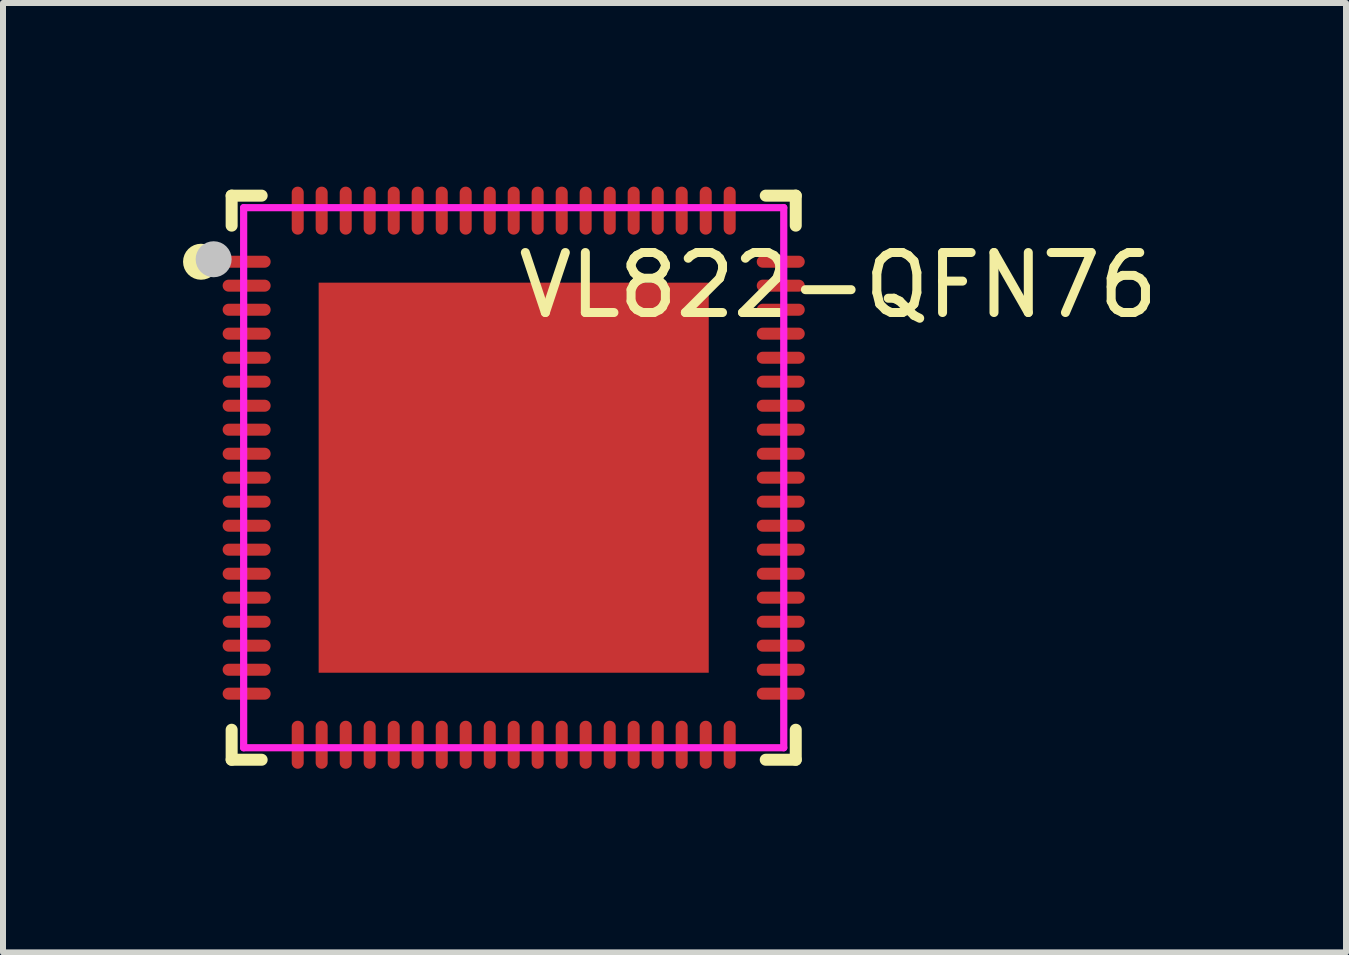
<source format=kicad_pcb>
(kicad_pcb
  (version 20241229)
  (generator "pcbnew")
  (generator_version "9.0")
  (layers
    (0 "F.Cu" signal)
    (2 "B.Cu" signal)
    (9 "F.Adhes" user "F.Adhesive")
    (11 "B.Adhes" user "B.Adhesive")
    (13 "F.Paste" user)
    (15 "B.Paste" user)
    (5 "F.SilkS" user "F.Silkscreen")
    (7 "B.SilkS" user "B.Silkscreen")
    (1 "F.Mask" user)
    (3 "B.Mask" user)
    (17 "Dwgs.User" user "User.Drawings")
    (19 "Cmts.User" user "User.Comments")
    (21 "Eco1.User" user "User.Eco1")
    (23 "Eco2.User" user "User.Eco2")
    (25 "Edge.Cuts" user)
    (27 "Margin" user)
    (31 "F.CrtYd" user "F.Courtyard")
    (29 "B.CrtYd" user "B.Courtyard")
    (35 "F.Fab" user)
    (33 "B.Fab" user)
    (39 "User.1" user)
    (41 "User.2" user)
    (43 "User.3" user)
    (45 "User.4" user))
  (footprint "VL822-QFN76"
    (layer "F.Cu")
    (at 5.51 4.91)
    (property "Reference" "VL822-QFN76" (at 0 -3.207 0) (layer "F.SilkS") (effects (font (size 1 1) (thickness 0.15)) (justify left)))
    (attr through_hole)
    (fp_line (start -4.7 -4.7) (end -4.2 -4.7) (stroke (width 0.2) (type solid)) (layer "F.SilkS"))
    (fp_line (start -4.7 -4.2) (end -4.7 -4.7) (stroke (width 0.2) (type solid)) (layer "F.SilkS"))
    (fp_line (start -4.7 4.7) (end -4.7 4.2) (stroke (width 0.2) (type solid)) (layer "F.SilkS"))
    (fp_line (start -4.2 4.7) (end -4.7 4.7) (stroke (width 0.2) (type solid)) (layer "F.SilkS"))
    (fp_line (start 4.2 4.7) (end 4.7 4.7) (stroke (width 0.2) (type solid)) (layer "F.SilkS"))
    (fp_line (start 4.7 -4.7) (end 4.2 -4.7) (stroke (width 0.2) (type solid)) (layer "F.SilkS"))
    (fp_line (start 4.7 -4.2) (end 4.7 -4.7) (stroke (width 0.2) (type solid)) (layer "F.SilkS"))
    (fp_line (start 4.7 4.7) (end 4.7 4.2) (stroke (width 0.2) (type solid)) (layer "F.SilkS"))
    (fp_arc (start -5.06 -3.597) (mid -5.360012 -3.59973) (end -5.059988 -3.59954) (stroke (width 0.3) (type solid)) (layer "F.SilkS"))
    (fp_poly (pts (xy -2.9 -2.9) (xy 2.9 -2.9) (xy 2.9 2.9) (xy -2.9 2.9)) (stroke (width 0.12) (type solid)) (fill yes) (layer "F.Paste"))
    (fp_poly (pts (xy -4.75 -3.499) (xy -4.77 -3.501) (xy -4.788 -3.507) (xy -4.806 -3.516) (xy -4.821 -3.528) (xy -4.833 -3.544) (xy -4.842 -3.561) (xy -4.848 -3.58) (xy -4.85 -3.599) (xy -4.848 -3.619) (xy -4.842 -3.637) (xy -4.833 -3.655) (xy -4.821 -3.67) (xy -4.806 -3.682) (xy -4.788 -3.692) (xy -4.77 -3.697) (xy -4.75 -3.699) (xy -4.15 -3.699) (xy -4.131 -3.697) (xy -4.112 -3.692) (xy -4.095 -3.682) (xy -4.079 -3.67) (xy -4.067 -3.655) (xy -4.058 -3.637) (xy -4.052 -3.619) (xy -4.05 -3.599) (xy -4.052 -3.58) (xy -4.058 -3.561) (xy -4.067 -3.544) (xy -4.079 -3.528) (xy -4.095 -3.516) (xy -4.112 -3.507) (xy -4.131 -3.501) (xy -4.15 -3.499)) (stroke (width 0.12) (type solid)) (fill yes) (layer "F.Paste"))
    (fp_poly (pts (xy -4.75 -3.1) (xy -4.77 -3.102) (xy -4.788 -3.108) (xy -4.806 -3.117) (xy -4.821 -3.13) (xy -4.833 -3.145) (xy -4.842 -3.162) (xy -4.848 -3.181) (xy -4.85 -3.2) (xy -4.848 -3.22) (xy -4.842 -3.239) (xy -4.833 -3.256) (xy -4.821 -3.271) (xy -4.806 -3.284) (xy -4.788 -3.293) (xy -4.77 -3.298) (xy -4.75 -3.3) (xy -4.15 -3.3) (xy -4.131 -3.298) (xy -4.112 -3.293) (xy -4.095 -3.284) (xy -4.079 -3.271) (xy -4.067 -3.256) (xy -4.058 -3.239) (xy -4.052 -3.22) (xy -4.05 -3.2) (xy -4.052 -3.181) (xy -4.058 -3.162) (xy -4.067 -3.145) (xy -4.079 -3.13) (xy -4.095 -3.117) (xy -4.112 -3.108) (xy -4.131 -3.102) (xy -4.15 -3.1)) (stroke (width 0.12) (type solid)) (fill yes) (layer "F.Paste"))
    (fp_poly (pts (xy -4.75 -2.699) (xy -4.77 -2.701) (xy -4.788 -2.707) (xy -4.806 -2.716) (xy -4.821 -2.728) (xy -4.833 -2.743) (xy -4.842 -2.761) (xy -4.848 -2.78) (xy -4.85 -2.799) (xy -4.848 -2.819) (xy -4.842 -2.837) (xy -4.833 -2.855) (xy -4.821 -2.87) (xy -4.806 -2.882) (xy -4.788 -2.891) (xy -4.77 -2.897) (xy -4.75 -2.899) (xy -4.15 -2.899) (xy -4.131 -2.897) (xy -4.112 -2.891) (xy -4.095 -2.882) (xy -4.079 -2.87) (xy -4.067 -2.855) (xy -4.058 -2.837) (xy -4.052 -2.819) (xy -4.05 -2.799) (xy -4.052 -2.78) (xy -4.058 -2.761) (xy -4.067 -2.743) (xy -4.079 -2.728) (xy -4.095 -2.716) (xy -4.112 -2.707) (xy -4.131 -2.701) (xy -4.15 -2.699)) (stroke (width 0.12) (type solid)) (fill yes) (layer "F.Paste"))
    (fp_poly (pts (xy -4.75 -2.3) (xy -4.77 -2.302) (xy -4.788 -2.308) (xy -4.806 -2.317) (xy -4.821 -2.33) (xy -4.833 -2.345) (xy -4.842 -2.362) (xy -4.848 -2.381) (xy -4.85 -2.4) (xy -4.848 -2.42) (xy -4.842 -2.439) (xy -4.833 -2.456) (xy -4.821 -2.471) (xy -4.806 -2.483) (xy -4.788 -2.493) (xy -4.77 -2.498) (xy -4.75 -2.5) (xy -4.15 -2.5) (xy -4.131 -2.498) (xy -4.112 -2.493) (xy -4.095 -2.483) (xy -4.079 -2.471) (xy -4.067 -2.456) (xy -4.058 -2.439) (xy -4.052 -2.42) (xy -4.05 -2.4) (xy -4.052 -2.381) (xy -4.058 -2.362) (xy -4.067 -2.345) (xy -4.079 -2.33) (xy -4.095 -2.317) (xy -4.112 -2.308) (xy -4.131 -2.302) (xy -4.15 -2.3)) (stroke (width 0.12) (type solid)) (fill yes) (layer "F.Paste"))
    (fp_poly (pts (xy -4.75 -1.899) (xy -4.77 -1.901) (xy -4.788 -1.907) (xy -4.806 -1.916) (xy -4.821 -1.928) (xy -4.833 -1.943) (xy -4.842 -1.961) (xy -4.848 -1.979) (xy -4.85 -1.999) (xy -4.848 -2.018) (xy -4.842 -2.037) (xy -4.833 -2.055) (xy -4.821 -2.07) (xy -4.806 -2.082) (xy -4.788 -2.091) (xy -4.77 -2.097) (xy -4.75 -2.099) (xy -4.15 -2.099) (xy -4.131 -2.097) (xy -4.112 -2.091) (xy -4.095 -2.082) (xy -4.079 -2.07) (xy -4.067 -2.055) (xy -4.058 -2.037) (xy -4.052 -2.018) (xy -4.05 -1.999) (xy -4.052 -1.979) (xy -4.058 -1.961) (xy -4.067 -1.943) (xy -4.079 -1.928) (xy -4.095 -1.916) (xy -4.112 -1.907) (xy -4.131 -1.901) (xy -4.15 -1.899)) (stroke (width 0.12) (type solid)) (fill yes) (layer "F.Paste"))
    (fp_poly (pts (xy -4.75 -1.5) (xy -4.77 -1.502) (xy -4.788 -1.508) (xy -4.806 -1.517) (xy -4.821 -1.529) (xy -4.833 -1.545) (xy -4.842 -1.562) (xy -4.848 -1.581) (xy -4.85 -1.6) (xy -4.848 -1.62) (xy -4.842 -1.638) (xy -4.833 -1.656) (xy -4.821 -1.671) (xy -4.806 -1.683) (xy -4.788 -1.693) (xy -4.77 -1.698) (xy -4.75 -1.7) (xy -4.15 -1.7) (xy -4.131 -1.698) (xy -4.112 -1.693) (xy -4.095 -1.683) (xy -4.079 -1.671) (xy -4.067 -1.656) (xy -4.058 -1.638) (xy -4.052 -1.62) (xy -4.05 -1.6) (xy -4.052 -1.581) (xy -4.058 -1.562) (xy -4.067 -1.545) (xy -4.079 -1.529) (xy -4.095 -1.517) (xy -4.112 -1.508) (xy -4.131 -1.502) (xy -4.15 -1.5)) (stroke (width 0.12) (type solid)) (fill yes) (layer "F.Paste"))
    (fp_poly (pts (xy -4.75 -1.099) (xy -4.77 -1.101) (xy -4.788 -1.106) (xy -4.806 -1.116) (xy -4.821 -1.128) (xy -4.833 -1.143) (xy -4.842 -1.161) (xy -4.848 -1.179) (xy -4.85 -1.199) (xy -4.848 -1.218) (xy -4.842 -1.237) (xy -4.833 -1.254) (xy -4.821 -1.27) (xy -4.806 -1.282) (xy -4.788 -1.291) (xy -4.77 -1.297) (xy -4.75 -1.299) (xy -4.15 -1.299) (xy -4.131 -1.297) (xy -4.112 -1.291) (xy -4.095 -1.282) (xy -4.079 -1.27) (xy -4.067 -1.254) (xy -4.058 -1.237) (xy -4.052 -1.218) (xy -4.05 -1.199) (xy -4.052 -1.179) (xy -4.058 -1.161) (xy -4.067 -1.143) (xy -4.079 -1.128) (xy -4.095 -1.116) (xy -4.112 -1.106) (xy -4.131 -1.101) (xy -4.15 -1.099)) (stroke (width 0.12) (type solid)) (fill yes) (layer "F.Paste"))
    (fp_poly (pts (xy -4.75 -0.7) (xy -4.77 -0.702) (xy -4.788 -0.708) (xy -4.806 -0.717) (xy -4.821 -0.729) (xy -4.833 -0.745) (xy -4.842 -0.762) (xy -4.848 -0.781) (xy -4.85 -0.8) (xy -4.848 -0.82) (xy -4.842 -0.838) (xy -4.833 -0.856) (xy -4.821 -0.871) (xy -4.806 -0.883) (xy -4.788 -0.892) (xy -4.77 -0.898) (xy -4.75 -0.9) (xy -4.15 -0.9) (xy -4.131 -0.898) (xy -4.112 -0.892) (xy -4.095 -0.883) (xy -4.079 -0.871) (xy -4.067 -0.856) (xy -4.058 -0.838) (xy -4.052 -0.82) (xy -4.05 -0.8) (xy -4.052 -0.781) (xy -4.058 -0.762) (xy -4.067 -0.745) (xy -4.079 -0.729) (xy -4.095 -0.717) (xy -4.112 -0.708) (xy -4.131 -0.702) (xy -4.15 -0.7)) (stroke (width 0.12) (type solid)) (fill yes) (layer "F.Paste"))
    (fp_poly (pts (xy -4.75 -0.299) (xy -4.77 -0.301) (xy -4.788 -0.306) (xy -4.806 -0.316) (xy -4.821 -0.328) (xy -4.833 -0.343) (xy -4.842 -0.36) (xy -4.848 -0.379) (xy -4.85 -0.399) (xy -4.848 -0.418) (xy -4.842 -0.437) (xy -4.833 -0.454) (xy -4.821 -0.469) (xy -4.806 -0.482) (xy -4.788 -0.491) (xy -4.77 -0.497) (xy -4.75 -0.499) (xy -4.15 -0.499) (xy -4.131 -0.497) (xy -4.112 -0.491) (xy -4.095 -0.482) (xy -4.079 -0.469) (xy -4.067 -0.454) (xy -4.058 -0.437) (xy -4.052 -0.418) (xy -4.05 -0.399) (xy -4.052 -0.379) (xy -4.058 -0.36) (xy -4.067 -0.343) (xy -4.079 -0.328) (xy -4.095 -0.316) (xy -4.112 -0.306) (xy -4.131 -0.301) (xy -4.15 -0.299)) (stroke (width 0.12) (type solid)) (fill yes) (layer "F.Paste"))
    (fp_poly (pts (xy -4.75 0.1) (xy -4.77 0.098) (xy -4.788 0.092) (xy -4.806 0.083) (xy -4.821 0.071) (xy -4.833 0.056) (xy -4.842 0.038) (xy -4.848 0.02) (xy -4.85 0) (xy -4.848 -0.019) (xy -4.842 -0.038) (xy -4.833 -0.056) (xy -4.821 -0.071) (xy -4.806 -0.083) (xy -4.788 -0.092) (xy -4.77 -0.098) (xy -4.75 -0.1) (xy -4.15 -0.1) (xy -4.131 -0.098) (xy -4.112 -0.092) (xy -4.095 -0.083) (xy -4.079 -0.071) (xy -4.067 -0.056) (xy -4.058 -0.038) (xy -4.052 -0.019) (xy -4.05 0) (xy -4.052 0.02) (xy -4.058 0.038) (xy -4.067 0.056) (xy -4.079 0.071) (xy -4.095 0.083) (xy -4.112 0.092) (xy -4.131 0.098) (xy -4.15 0.1)) (stroke (width 0.12) (type solid)) (fill yes) (layer "F.Paste"))
    (fp_poly (pts (xy -4.75 0.499) (xy -4.77 0.497) (xy -4.788 0.491) (xy -4.806 0.482) (xy -4.821 0.47) (xy -4.833 0.454) (xy -4.842 0.437) (xy -4.848 0.418) (xy -4.85 0.399) (xy -4.848 0.379) (xy -4.842 0.361) (xy -4.833 0.343) (xy -4.821 0.328) (xy -4.806 0.316) (xy -4.788 0.306) (xy -4.77 0.301) (xy -4.75 0.299) (xy -4.15 0.299) (xy -4.131 0.301) (xy -4.112 0.306) (xy -4.095 0.316) (xy -4.079 0.328) (xy -4.067 0.343) (xy -4.058 0.361) (xy -4.052 0.379) (xy -4.05 0.399) (xy -4.052 0.418) (xy -4.058 0.437) (xy -4.067 0.454) (xy -4.079 0.47) (xy -4.095 0.482) (xy -4.112 0.491) (xy -4.131 0.497) (xy -4.15 0.499)) (stroke (width 0.12) (type solid)) (fill yes) (layer "F.Paste"))
    (fp_poly (pts (xy -4.75 0.9) (xy -4.77 0.898) (xy -4.788 0.893) (xy -4.806 0.883) (xy -4.821 0.871) (xy -4.833 0.856) (xy -4.842 0.838) (xy -4.848 0.82) (xy -4.85 0.8) (xy -4.848 0.781) (xy -4.842 0.762) (xy -4.833 0.745) (xy -4.821 0.729) (xy -4.806 0.717) (xy -4.788 0.708) (xy -4.77 0.702) (xy -4.75 0.7) (xy -4.15 0.7) (xy -4.131 0.702) (xy -4.112 0.708) (xy -4.095 0.717) (xy -4.079 0.729) (xy -4.067 0.745) (xy -4.058 0.762) (xy -4.052 0.781) (xy -4.05 0.8) (xy -4.052 0.82) (xy -4.058 0.838) (xy -4.067 0.856) (xy -4.079 0.871) (xy -4.095 0.883) (xy -4.112 0.893) (xy -4.131 0.898) (xy -4.15 0.9)) (stroke (width 0.12) (type solid)) (fill yes) (layer "F.Paste"))
    (fp_poly (pts (xy -4.75 1.299) (xy -4.77 1.297) (xy -4.788 1.291) (xy -4.806 1.282) (xy -4.821 1.27) (xy -4.833 1.254) (xy -4.842 1.237) (xy -4.848 1.218) (xy -4.85 1.199) (xy -4.848 1.179) (xy -4.842 1.161) (xy -4.833 1.143) (xy -4.821 1.128) (xy -4.806 1.116) (xy -4.788 1.107) (xy -4.77 1.101) (xy -4.75 1.099) (xy -4.15 1.099) (xy -4.131 1.101) (xy -4.112 1.107) (xy -4.095 1.116) (xy -4.079 1.128) (xy -4.067 1.143) (xy -4.058 1.161) (xy -4.052 1.179) (xy -4.05 1.199) (xy -4.052 1.218) (xy -4.058 1.237) (xy -4.067 1.254) (xy -4.079 1.27) (xy -4.095 1.282) (xy -4.112 1.291) (xy -4.131 1.297) (xy -4.15 1.299)) (stroke (width 0.12) (type solid)) (fill yes) (layer "F.Paste"))
    (fp_poly (pts (xy -4.75 1.7) (xy -4.77 1.698) (xy -4.788 1.693) (xy -4.806 1.683) (xy -4.821 1.671) (xy -4.833 1.656) (xy -4.842 1.638) (xy -4.848 1.62) (xy -4.85 1.6) (xy -4.848 1.581) (xy -4.842 1.562) (xy -4.833 1.545) (xy -4.821 1.53) (xy -4.806 1.517) (xy -4.788 1.508) (xy -4.77 1.502) (xy -4.75 1.5) (xy -4.15 1.5) (xy -4.131 1.502) (xy -4.112 1.508) (xy -4.095 1.517) (xy -4.079 1.53) (xy -4.067 1.545) (xy -4.058 1.562) (xy -4.052 1.581) (xy -4.05 1.6) (xy -4.052 1.62) (xy -4.058 1.638) (xy -4.067 1.656) (xy -4.079 1.671) (xy -4.095 1.683) (xy -4.112 1.693) (xy -4.131 1.698) (xy -4.15 1.7)) (stroke (width 0.12) (type solid)) (fill yes) (layer "F.Paste"))
    (fp_poly (pts (xy -4.75 2.099) (xy -4.77 2.097) (xy -4.788 2.091) (xy -4.806 2.082) (xy -4.821 2.07) (xy -4.833 2.055) (xy -4.842 2.037) (xy -4.848 2.019) (xy -4.85 1.999) (xy -4.848 1.979) (xy -4.842 1.961) (xy -4.833 1.943) (xy -4.821 1.928) (xy -4.806 1.916) (xy -4.788 1.907) (xy -4.77 1.901) (xy -4.75 1.899) (xy -4.15 1.899) (xy -4.131 1.901) (xy -4.112 1.907) (xy -4.095 1.916) (xy -4.079 1.928) (xy -4.067 1.943) (xy -4.058 1.961) (xy -4.052 1.979) (xy -4.05 1.999) (xy -4.052 2.019) (xy -4.058 2.037) (xy -4.067 2.055) (xy -4.079 2.07) (xy -4.095 2.082) (xy -4.112 2.091) (xy -4.131 2.097) (xy -4.15 2.099)) (stroke (width 0.12) (type solid)) (fill yes) (layer "F.Paste"))
    (fp_poly (pts (xy -4.75 2.5) (xy -4.77 2.498) (xy -4.788 2.493) (xy -4.806 2.483) (xy -4.821 2.471) (xy -4.833 2.456) (xy -4.842 2.439) (xy -4.848 2.42) (xy -4.85 2.4) (xy -4.848 2.381) (xy -4.842 2.362) (xy -4.833 2.345) (xy -4.821 2.33) (xy -4.806 2.317) (xy -4.788 2.308) (xy -4.77 2.302) (xy -4.75 2.3) (xy -4.15 2.3) (xy -4.131 2.302) (xy -4.112 2.308) (xy -4.095 2.317) (xy -4.079 2.33) (xy -4.067 2.345) (xy -4.058 2.362) (xy -4.052 2.381) (xy -4.05 2.4) (xy -4.052 2.42) (xy -4.058 2.439) (xy -4.067 2.456) (xy -4.079 2.471) (xy -4.095 2.483) (xy -4.112 2.493) (xy -4.131 2.498) (xy -4.15 2.5)) (stroke (width 0.12) (type solid)) (fill yes) (layer "F.Paste"))
    (fp_poly (pts (xy -4.75 2.899) (xy -4.77 2.897) (xy -4.788 2.891) (xy -4.806 2.882) (xy -4.821 2.87) (xy -4.833 2.855) (xy -4.842 2.837) (xy -4.848 2.819) (xy -4.85 2.799) (xy -4.848 2.78) (xy -4.842 2.761) (xy -4.833 2.744) (xy -4.821 2.728) (xy -4.806 2.716) (xy -4.788 2.707) (xy -4.77 2.701) (xy -4.75 2.699) (xy -4.15 2.699) (xy -4.131 2.701) (xy -4.112 2.707) (xy -4.095 2.716) (xy -4.079 2.728) (xy -4.067 2.744) (xy -4.058 2.761) (xy -4.052 2.78) (xy -4.05 2.799) (xy -4.052 2.819) (xy -4.058 2.837) (xy -4.067 2.855) (xy -4.079 2.87) (xy -4.095 2.882) (xy -4.112 2.891) (xy -4.131 2.897) (xy -4.15 2.899)) (stroke (width 0.12) (type solid)) (fill yes) (layer "F.Paste"))
    (fp_poly (pts (xy -4.75 3.3) (xy -4.77 3.299) (xy -4.788 3.293) (xy -4.806 3.284) (xy -4.821 3.271) (xy -4.833 3.256) (xy -4.842 3.239) (xy -4.848 3.22) (xy -4.85 3.2) (xy -4.848 3.181) (xy -4.842 3.162) (xy -4.833 3.145) (xy -4.821 3.13) (xy -4.806 3.117) (xy -4.788 3.108) (xy -4.77 3.102) (xy -4.75 3.1) (xy -4.15 3.1) (xy -4.131 3.102) (xy -4.112 3.108) (xy -4.095 3.117) (xy -4.079 3.13) (xy -4.067 3.145) (xy -4.058 3.162) (xy -4.052 3.181) (xy -4.05 3.2) (xy -4.052 3.22) (xy -4.058 3.239) (xy -4.067 3.256) (xy -4.079 3.271) (xy -4.095 3.284) (xy -4.112 3.293) (xy -4.131 3.299) (xy -4.15 3.3)) (stroke (width 0.12) (type solid)) (fill yes) (layer "F.Paste"))
    (fp_poly (pts (xy -4.75 3.699) (xy -4.77 3.697) (xy -4.788 3.692) (xy -4.806 3.682) (xy -4.821 3.67) (xy -4.833 3.655) (xy -4.842 3.637) (xy -4.848 3.619) (xy -4.85 3.599) (xy -4.848 3.58) (xy -4.842 3.561) (xy -4.833 3.544) (xy -4.821 3.528) (xy -4.806 3.516) (xy -4.788 3.507) (xy -4.77 3.501) (xy -4.75 3.499) (xy -4.15 3.499) (xy -4.131 3.501) (xy -4.112 3.507) (xy -4.095 3.516) (xy -4.079 3.528) (xy -4.067 3.544) (xy -4.058 3.561) (xy -4.052 3.58) (xy -4.05 3.599) (xy -4.052 3.619) (xy -4.058 3.637) (xy -4.067 3.655) (xy -4.079 3.67) (xy -4.095 3.682) (xy -4.112 3.692) (xy -4.131 3.697) (xy -4.15 3.699)) (stroke (width 0.12) (type solid)) (fill yes) (layer "F.Paste"))
    (fp_poly (pts (xy -3.699 -4.75) (xy -3.697 -4.77) (xy -3.692 -4.788) (xy -3.682 -4.806) (xy -3.67 -4.821) (xy -3.655 -4.833) (xy -3.637 -4.842) (xy -3.619 -4.848) (xy -3.599 -4.85) (xy -3.58 -4.848) (xy -3.561 -4.842) (xy -3.544 -4.833) (xy -3.528 -4.821) (xy -3.516 -4.806) (xy -3.507 -4.788) (xy -3.501 -4.77) (xy -3.499 -4.75) (xy -3.499 -4.15) (xy -3.501 -4.131) (xy -3.507 -4.112) (xy -3.516 -4.094) (xy -3.528 -4.079) (xy -3.544 -4.067) (xy -3.561 -4.058) (xy -3.58 -4.052) (xy -3.599 -4.05) (xy -3.619 -4.052) (xy -3.637 -4.058) (xy -3.655 -4.067) (xy -3.67 -4.079) (xy -3.682 -4.094) (xy -3.692 -4.112) (xy -3.697 -4.131) (xy -3.699 -4.15)) (stroke (width 0.12) (type solid)) (fill yes) (layer "F.Paste"))
    (fp_poly (pts (xy -3.499 4.75) (xy -3.501 4.77) (xy -3.507 4.788) (xy -3.516 4.806) (xy -3.528 4.821) (xy -3.544 4.833) (xy -3.561 4.842) (xy -3.58 4.848) (xy -3.599 4.85) (xy -3.619 4.848) (xy -3.637 4.842) (xy -3.655 4.833) (xy -3.67 4.821) (xy -3.682 4.806) (xy -3.692 4.788) (xy -3.697 4.77) (xy -3.699 4.75) (xy -3.699 4.15) (xy -3.697 4.131) (xy -3.692 4.112) (xy -3.682 4.095) (xy -3.67 4.079) (xy -3.655 4.067) (xy -3.637 4.058) (xy -3.619 4.052) (xy -3.599 4.05) (xy -3.58 4.052) (xy -3.561 4.058) (xy -3.544 4.067) (xy -3.528 4.079) (xy -3.516 4.095) (xy -3.507 4.112) (xy -3.501 4.131) (xy -3.499 4.15)) (stroke (width 0.12) (type solid)) (fill yes) (layer "F.Paste"))
    (fp_poly (pts (xy -3.3 -4.75) (xy -3.298 -4.77) (xy -3.293 -4.788) (xy -3.284 -4.806) (xy -3.271 -4.821) (xy -3.256 -4.833) (xy -3.239 -4.842) (xy -3.22 -4.848) (xy -3.2 -4.85) (xy -3.181 -4.848) (xy -3.162 -4.842) (xy -3.145 -4.833) (xy -3.13 -4.821) (xy -3.117 -4.806) (xy -3.108 -4.788) (xy -3.102 -4.77) (xy -3.1 -4.75) (xy -3.1 -4.15) (xy -3.102 -4.131) (xy -3.108 -4.112) (xy -3.117 -4.094) (xy -3.13 -4.079) (xy -3.145 -4.067) (xy -3.162 -4.058) (xy -3.181 -4.052) (xy -3.2 -4.05) (xy -3.22 -4.052) (xy -3.239 -4.058) (xy -3.256 -4.067) (xy -3.271 -4.079) (xy -3.284 -4.094) (xy -3.293 -4.112) (xy -3.298 -4.131) (xy -3.3 -4.15)) (stroke (width 0.12) (type solid)) (fill yes) (layer "F.Paste"))
    (fp_poly (pts (xy -3.1 4.75) (xy -3.102 4.77) (xy -3.108 4.788) (xy -3.117 4.806) (xy -3.13 4.821) (xy -3.145 4.833) (xy -3.162 4.842) (xy -3.181 4.848) (xy -3.2 4.85) (xy -3.22 4.848) (xy -3.239 4.842) (xy -3.256 4.833) (xy -3.271 4.821) (xy -3.284 4.806) (xy -3.293 4.788) (xy -3.298 4.77) (xy -3.3 4.75) (xy -3.3 4.15) (xy -3.298 4.131) (xy -3.293 4.112) (xy -3.284 4.095) (xy -3.271 4.079) (xy -3.256 4.067) (xy -3.239 4.058) (xy -3.22 4.052) (xy -3.2 4.05) (xy -3.181 4.052) (xy -3.162 4.058) (xy -3.145 4.067) (xy -3.13 4.079) (xy -3.117 4.095) (xy -3.108 4.112) (xy -3.102 4.131) (xy -3.1 4.15)) (stroke (width 0.12) (type solid)) (fill yes) (layer "F.Paste"))
    (fp_poly (pts (xy -2.899 -4.75) (xy -2.897 -4.77) (xy -2.891 -4.788) (xy -2.882 -4.806) (xy -2.87 -4.821) (xy -2.855 -4.833) (xy -2.837 -4.842) (xy -2.819 -4.848) (xy -2.799 -4.85) (xy -2.78 -4.848) (xy -2.761 -4.842) (xy -2.744 -4.833) (xy -2.728 -4.821) (xy -2.716 -4.806) (xy -2.707 -4.788) (xy -2.701 -4.77) (xy -2.699 -4.75) (xy -2.699 -4.15) (xy -2.701 -4.131) (xy -2.707 -4.112) (xy -2.716 -4.094) (xy -2.728 -4.079) (xy -2.744 -4.067) (xy -2.761 -4.058) (xy -2.78 -4.052) (xy -2.799 -4.05) (xy -2.819 -4.052) (xy -2.837 -4.058) (xy -2.855 -4.067) (xy -2.87 -4.079) (xy -2.882 -4.094) (xy -2.891 -4.112) (xy -2.897 -4.131) (xy -2.899 -4.15)) (stroke (width 0.12) (type solid)) (fill yes) (layer "F.Paste"))
    (fp_poly (pts (xy -2.699 4.75) (xy -2.701 4.77) (xy -2.707 4.788) (xy -2.716 4.806) (xy -2.728 4.821) (xy -2.744 4.833) (xy -2.761 4.842) (xy -2.78 4.848) (xy -2.799 4.85) (xy -2.819 4.848) (xy -2.837 4.842) (xy -2.855 4.833) (xy -2.87 4.821) (xy -2.882 4.806) (xy -2.891 4.788) (xy -2.897 4.77) (xy -2.899 4.75) (xy -2.899 4.15) (xy -2.897 4.131) (xy -2.891 4.112) (xy -2.882 4.095) (xy -2.87 4.079) (xy -2.855 4.067) (xy -2.837 4.058) (xy -2.819 4.052) (xy -2.799 4.05) (xy -2.78 4.052) (xy -2.761 4.058) (xy -2.744 4.067) (xy -2.728 4.079) (xy -2.716 4.095) (xy -2.707 4.112) (xy -2.701 4.131) (xy -2.699 4.15)) (stroke (width 0.12) (type solid)) (fill yes) (layer "F.Paste"))
    (fp_poly (pts (xy -2.5 -4.75) (xy -2.498 -4.77) (xy -2.493 -4.788) (xy -2.483 -4.806) (xy -2.471 -4.821) (xy -2.456 -4.833) (xy -2.439 -4.842) (xy -2.42 -4.848) (xy -2.4 -4.85) (xy -2.381 -4.848) (xy -2.362 -4.842) (xy -2.345 -4.833) (xy -2.33 -4.821) (xy -2.317 -4.806) (xy -2.308 -4.788) (xy -2.302 -4.77) (xy -2.3 -4.75) (xy -2.3 -4.15) (xy -2.302 -4.131) (xy -2.308 -4.112) (xy -2.317 -4.094) (xy -2.33 -4.079) (xy -2.345 -4.067) (xy -2.362 -4.058) (xy -2.381 -4.052) (xy -2.4 -4.05) (xy -2.42 -4.052) (xy -2.439 -4.058) (xy -2.456 -4.067) (xy -2.471 -4.079) (xy -2.483 -4.094) (xy -2.493 -4.112) (xy -2.498 -4.131) (xy -2.5 -4.15)) (stroke (width 0.12) (type solid)) (fill yes) (layer "F.Paste"))
    (fp_poly (pts (xy -2.3 4.75) (xy -2.302 4.77) (xy -2.308 4.788) (xy -2.317 4.806) (xy -2.33 4.821) (xy -2.345 4.833) (xy -2.362 4.842) (xy -2.381 4.848) (xy -2.4 4.85) (xy -2.42 4.848) (xy -2.439 4.842) (xy -2.456 4.833) (xy -2.471 4.821) (xy -2.483 4.806) (xy -2.493 4.788) (xy -2.498 4.77) (xy -2.5 4.75) (xy -2.5 4.15) (xy -2.498 4.131) (xy -2.493 4.112) (xy -2.483 4.095) (xy -2.471 4.079) (xy -2.456 4.067) (xy -2.439 4.058) (xy -2.42 4.052) (xy -2.4 4.05) (xy -2.381 4.052) (xy -2.362 4.058) (xy -2.345 4.067) (xy -2.33 4.079) (xy -2.317 4.095) (xy -2.308 4.112) (xy -2.302 4.131) (xy -2.3 4.15)) (stroke (width 0.12) (type solid)) (fill yes) (layer "F.Paste"))
    (fp_poly (pts (xy -2.099 -4.75) (xy -2.097 -4.77) (xy -2.091 -4.788) (xy -2.082 -4.806) (xy -2.07 -4.821) (xy -2.055 -4.833) (xy -2.037 -4.842) (xy -2.018 -4.848) (xy -1.999 -4.85) (xy -1.979 -4.848) (xy -1.961 -4.842) (xy -1.943 -4.833) (xy -1.928 -4.821) (xy -1.916 -4.806) (xy -1.907 -4.788) (xy -1.901 -4.77) (xy -1.899 -4.75) (xy -1.899 -4.15) (xy -1.901 -4.131) (xy -1.907 -4.112) (xy -1.916 -4.094) (xy -1.928 -4.079) (xy -1.943 -4.067) (xy -1.961 -4.058) (xy -1.979 -4.052) (xy -1.999 -4.05) (xy -2.018 -4.052) (xy -2.037 -4.058) (xy -2.055 -4.067) (xy -2.07 -4.079) (xy -2.082 -4.094) (xy -2.091 -4.112) (xy -2.097 -4.131) (xy -2.099 -4.15)) (stroke (width 0.12) (type solid)) (fill yes) (layer "F.Paste"))
    (fp_poly (pts (xy -1.899 4.75) (xy -1.901 4.77) (xy -1.907 4.788) (xy -1.916 4.806) (xy -1.928 4.821) (xy -1.943 4.833) (xy -1.961 4.842) (xy -1.979 4.848) (xy -1.999 4.85) (xy -2.018 4.848) (xy -2.037 4.842) (xy -2.055 4.833) (xy -2.07 4.821) (xy -2.082 4.806) (xy -2.091 4.788) (xy -2.097 4.77) (xy -2.099 4.75) (xy -2.099 4.15) (xy -2.097 4.131) (xy -2.091 4.112) (xy -2.082 4.095) (xy -2.07 4.079) (xy -2.055 4.067) (xy -2.037 4.058) (xy -2.018 4.052) (xy -1.999 4.05) (xy -1.979 4.052) (xy -1.961 4.058) (xy -1.943 4.067) (xy -1.928 4.079) (xy -1.916 4.095) (xy -1.907 4.112) (xy -1.901 4.131) (xy -1.899 4.15)) (stroke (width 0.12) (type solid)) (fill yes) (layer "F.Paste"))
    (fp_poly (pts (xy -1.7 -4.75) (xy -1.698 -4.77) (xy -1.693 -4.788) (xy -1.683 -4.806) (xy -1.671 -4.821) (xy -1.656 -4.833) (xy -1.638 -4.842) (xy -1.62 -4.848) (xy -1.6 -4.85) (xy -1.581 -4.848) (xy -1.562 -4.842) (xy -1.545 -4.833) (xy -1.529 -4.821) (xy -1.517 -4.806) (xy -1.508 -4.788) (xy -1.502 -4.77) (xy -1.5 -4.75) (xy -1.5 -4.15) (xy -1.502 -4.131) (xy -1.508 -4.112) (xy -1.517 -4.094) (xy -1.529 -4.079) (xy -1.545 -4.067) (xy -1.562 -4.058) (xy -1.581 -4.052) (xy -1.6 -4.05) (xy -1.62 -4.052) (xy -1.638 -4.058) (xy -1.656 -4.067) (xy -1.671 -4.079) (xy -1.683 -4.094) (xy -1.693 -4.112) (xy -1.698 -4.131) (xy -1.7 -4.15)) (stroke (width 0.12) (type solid)) (fill yes) (layer "F.Paste"))
    (fp_poly (pts (xy -1.5 4.75) (xy -1.502 4.77) (xy -1.508 4.788) (xy -1.517 4.806) (xy -1.529 4.821) (xy -1.545 4.833) (xy -1.562 4.842) (xy -1.581 4.848) (xy -1.6 4.85) (xy -1.62 4.848) (xy -1.638 4.842) (xy -1.656 4.833) (xy -1.671 4.821) (xy -1.683 4.806) (xy -1.693 4.788) (xy -1.698 4.77) (xy -1.7 4.75) (xy -1.7 4.15) (xy -1.698 4.131) (xy -1.693 4.112) (xy -1.683 4.095) (xy -1.671 4.079) (xy -1.656 4.067) (xy -1.638 4.058) (xy -1.62 4.052) (xy -1.6 4.05) (xy -1.581 4.052) (xy -1.562 4.058) (xy -1.545 4.067) (xy -1.529 4.079) (xy -1.517 4.095) (xy -1.508 4.112) (xy -1.502 4.131) (xy -1.5 4.15)) (stroke (width 0.12) (type solid)) (fill yes) (layer "F.Paste"))
    (fp_poly (pts (xy -1.299 -4.75) (xy -1.297 -4.77) (xy -1.291 -4.788) (xy -1.282 -4.806) (xy -1.27 -4.821) (xy -1.254 -4.833) (xy -1.237 -4.842) (xy -1.218 -4.848) (xy -1.199 -4.85) (xy -1.179 -4.848) (xy -1.161 -4.842) (xy -1.143 -4.833) (xy -1.128 -4.821) (xy -1.116 -4.806) (xy -1.106 -4.788) (xy -1.101 -4.77) (xy -1.099 -4.75) (xy -1.099 -4.15) (xy -1.101 -4.131) (xy -1.106 -4.112) (xy -1.116 -4.094) (xy -1.128 -4.079) (xy -1.143 -4.067) (xy -1.161 -4.058) (xy -1.179 -4.052) (xy -1.199 -4.05) (xy -1.218 -4.052) (xy -1.237 -4.058) (xy -1.254 -4.067) (xy -1.27 -4.079) (xy -1.282 -4.094) (xy -1.291 -4.112) (xy -1.297 -4.131) (xy -1.299 -4.15)) (stroke (width 0.12) (type solid)) (fill yes) (layer "F.Paste"))
    (fp_poly (pts (xy -1.099 4.75) (xy -1.101 4.77) (xy -1.106 4.788) (xy -1.116 4.806) (xy -1.128 4.821) (xy -1.143 4.833) (xy -1.161 4.842) (xy -1.179 4.848) (xy -1.199 4.85) (xy -1.218 4.848) (xy -1.237 4.842) (xy -1.254 4.833) (xy -1.27 4.821) (xy -1.282 4.806) (xy -1.291 4.788) (xy -1.297 4.77) (xy -1.299 4.75) (xy -1.299 4.15) (xy -1.297 4.131) (xy -1.291 4.112) (xy -1.282 4.095) (xy -1.27 4.079) (xy -1.254 4.067) (xy -1.237 4.058) (xy -1.218 4.052) (xy -1.199 4.05) (xy -1.179 4.052) (xy -1.161 4.058) (xy -1.143 4.067) (xy -1.128 4.079) (xy -1.116 4.095) (xy -1.106 4.112) (xy -1.101 4.131) (xy -1.099 4.15)) (stroke (width 0.12) (type solid)) (fill yes) (layer "F.Paste"))
    (fp_poly (pts (xy -0.9 -4.75) (xy -0.898 -4.77) (xy -0.892 -4.788) (xy -0.883 -4.806) (xy -0.871 -4.821) (xy -0.856 -4.833) (xy -0.838 -4.842) (xy -0.82 -4.848) (xy -0.8 -4.85) (xy -0.781 -4.848) (xy -0.762 -4.842) (xy -0.745 -4.833) (xy -0.729 -4.821) (xy -0.717 -4.806) (xy -0.708 -4.788) (xy -0.702 -4.77) (xy -0.7 -4.75) (xy -0.7 -4.15) (xy -0.702 -4.131) (xy -0.708 -4.112) (xy -0.717 -4.094) (xy -0.729 -4.079) (xy -0.745 -4.067) (xy -0.762 -4.058) (xy -0.781 -4.052) (xy -0.8 -4.05) (xy -0.82 -4.052) (xy -0.838 -4.058) (xy -0.856 -4.067) (xy -0.871 -4.079) (xy -0.883 -4.094) (xy -0.892 -4.112) (xy -0.898 -4.131) (xy -0.9 -4.15)) (stroke (width 0.12) (type solid)) (fill yes) (layer "F.Paste"))
    (fp_poly (pts (xy -0.7 4.75) (xy -0.702 4.77) (xy -0.708 4.788) (xy -0.717 4.806) (xy -0.729 4.821) (xy -0.745 4.833) (xy -0.762 4.842) (xy -0.781 4.848) (xy -0.8 4.85) (xy -0.82 4.848) (xy -0.838 4.842) (xy -0.856 4.833) (xy -0.871 4.821) (xy -0.883 4.806) (xy -0.892 4.788) (xy -0.898 4.77) (xy -0.9 4.75) (xy -0.9 4.15) (xy -0.898 4.131) (xy -0.892 4.112) (xy -0.883 4.095) (xy -0.871 4.079) (xy -0.856 4.067) (xy -0.838 4.058) (xy -0.82 4.052) (xy -0.8 4.05) (xy -0.781 4.052) (xy -0.762 4.058) (xy -0.745 4.067) (xy -0.729 4.079) (xy -0.717 4.095) (xy -0.708 4.112) (xy -0.702 4.131) (xy -0.7 4.15)) (stroke (width 0.12) (type solid)) (fill yes) (layer "F.Paste"))
    (fp_poly (pts (xy -0.499 -4.75) (xy -0.497 -4.77) (xy -0.491 -4.788) (xy -0.482 -4.806) (xy -0.469 -4.821) (xy -0.454 -4.833) (xy -0.437 -4.842) (xy -0.418 -4.848) (xy -0.399 -4.85) (xy -0.379 -4.848) (xy -0.361 -4.842) (xy -0.343 -4.833) (xy -0.328 -4.821) (xy -0.316 -4.806) (xy -0.306 -4.788) (xy -0.301 -4.77) (xy -0.299 -4.75) (xy -0.299 -4.15) (xy -0.301 -4.131) (xy -0.306 -4.112) (xy -0.316 -4.094) (xy -0.328 -4.079) (xy -0.343 -4.067) (xy -0.361 -4.058) (xy -0.379 -4.052) (xy -0.399 -4.05) (xy -0.418 -4.052) (xy -0.437 -4.058) (xy -0.454 -4.067) (xy -0.469 -4.079) (xy -0.482 -4.094) (xy -0.491 -4.112) (xy -0.497 -4.131) (xy -0.499 -4.15)) (stroke (width 0.12) (type solid)) (fill yes) (layer "F.Paste"))
    (fp_poly (pts (xy -0.299 4.75) (xy -0.301 4.77) (xy -0.306 4.788) (xy -0.316 4.806) (xy -0.328 4.821) (xy -0.343 4.833) (xy -0.361 4.842) (xy -0.379 4.848) (xy -0.399 4.85) (xy -0.418 4.848) (xy -0.437 4.842) (xy -0.454 4.833) (xy -0.469 4.821) (xy -0.482 4.806) (xy -0.491 4.788) (xy -0.497 4.77) (xy -0.499 4.75) (xy -0.499 4.15) (xy -0.497 4.131) (xy -0.491 4.112) (xy -0.482 4.095) (xy -0.469 4.079) (xy -0.454 4.067) (xy -0.437 4.058) (xy -0.418 4.052) (xy -0.399 4.05) (xy -0.379 4.052) (xy -0.361 4.058) (xy -0.343 4.067) (xy -0.328 4.079) (xy -0.316 4.095) (xy -0.306 4.112) (xy -0.301 4.131) (xy -0.299 4.15)) (stroke (width 0.12) (type solid)) (fill yes) (layer "F.Paste"))
    (fp_poly (pts (xy -0.1 -4.75) (xy -0.098 -4.77) (xy -0.092 -4.788) (xy -0.083 -4.806) (xy -0.071 -4.821) (xy -0.056 -4.833) (xy -0.038 -4.842) (xy -0.02 -4.848) (xy 0 -4.85) (xy 0.02 -4.848) (xy 0.038 -4.842) (xy 0.056 -4.833) (xy 0.071 -4.821) (xy 0.083 -4.806) (xy 0.092 -4.788) (xy 0.098 -4.77) (xy 0.1 -4.75) (xy 0.1 -4.15) (xy 0.098 -4.131) (xy 0.092 -4.112) (xy 0.083 -4.094) (xy 0.071 -4.079) (xy 0.056 -4.067) (xy 0.038 -4.058) (xy 0.02 -4.052) (xy 0 -4.05) (xy -0.02 -4.052) (xy -0.038 -4.058) (xy -0.056 -4.067) (xy -0.071 -4.079) (xy -0.083 -4.094) (xy -0.092 -4.112) (xy -0.098 -4.131) (xy -0.1 -4.15)) (stroke (width 0.12) (type solid)) (fill yes) (layer "F.Paste"))
    (fp_poly (pts (xy 0.1 4.75) (xy 0.098 4.77) (xy 0.092 4.788) (xy 0.083 4.806) (xy 0.071 4.821) (xy 0.056 4.833) (xy 0.038 4.842) (xy 0.02 4.848) (xy 0 4.85) (xy -0.02 4.848) (xy -0.038 4.842) (xy -0.056 4.833) (xy -0.071 4.821) (xy -0.083 4.806) (xy -0.092 4.788) (xy -0.098 4.77) (xy -0.1 4.75) (xy -0.1 4.15) (xy -0.098 4.131) (xy -0.092 4.112) (xy -0.083 4.095) (xy -0.071 4.079) (xy -0.056 4.067) (xy -0.038 4.058) (xy -0.02 4.052) (xy 0 4.05) (xy 0.02 4.052) (xy 0.038 4.058) (xy 0.056 4.067) (xy 0.071 4.079) (xy 0.083 4.095) (xy 0.092 4.112) (xy 0.098 4.131) (xy 0.1 4.15)) (stroke (width 0.12) (type solid)) (fill yes) (layer "F.Paste"))
    (fp_poly (pts (xy 0.299 -4.75) (xy 0.301 -4.77) (xy 0.306 -4.788) (xy 0.316 -4.806) (xy 0.328 -4.821) (xy 0.343 -4.833) (xy 0.361 -4.842) (xy 0.379 -4.848) (xy 0.399 -4.85) (xy 0.418 -4.848) (xy 0.437 -4.842) (xy 0.454 -4.833) (xy 0.469 -4.821) (xy 0.482 -4.806) (xy 0.491 -4.788) (xy 0.497 -4.77) (xy 0.499 -4.75) (xy 0.499 -4.15) (xy 0.497 -4.131) (xy 0.491 -4.112) (xy 0.482 -4.094) (xy 0.469 -4.079) (xy 0.454 -4.067) (xy 0.437 -4.058) (xy 0.418 -4.052) (xy 0.399 -4.05) (xy 0.379 -4.052) (xy 0.361 -4.058) (xy 0.343 -4.067) (xy 0.328 -4.079) (xy 0.316 -4.094) (xy 0.306 -4.112) (xy 0.301 -4.131) (xy 0.299 -4.15)) (stroke (width 0.12) (type solid)) (fill yes) (layer "F.Paste"))
    (fp_poly (pts (xy 0.499 4.75) (xy 0.497 4.77) (xy 0.491 4.788) (xy 0.482 4.806) (xy 0.469 4.821) (xy 0.454 4.833) (xy 0.437 4.842) (xy 0.418 4.848) (xy 0.399 4.85) (xy 0.379 4.848) (xy 0.361 4.842) (xy 0.343 4.833) (xy 0.328 4.821) (xy 0.316 4.806) (xy 0.306 4.788) (xy 0.301 4.77) (xy 0.299 4.75) (xy 0.299 4.15) (xy 0.301 4.131) (xy 0.306 4.112) (xy 0.316 4.095) (xy 0.328 4.079) (xy 0.343 4.067) (xy 0.361 4.058) (xy 0.379 4.052) (xy 0.399 4.05) (xy 0.418 4.052) (xy 0.437 4.058) (xy 0.454 4.067) (xy 0.469 4.079) (xy 0.482 4.095) (xy 0.491 4.112) (xy 0.497 4.131) (xy 0.499 4.15)) (stroke (width 0.12) (type solid)) (fill yes) (layer "F.Paste"))
    (fp_poly (pts (xy 0.7 -4.75) (xy 0.702 -4.77) (xy 0.708 -4.788) (xy 0.717 -4.806) (xy 0.729 -4.821) (xy 0.745 -4.833) (xy 0.762 -4.842) (xy 0.781 -4.848) (xy 0.8 -4.85) (xy 0.82 -4.848) (xy 0.838 -4.842) (xy 0.856 -4.833) (xy 0.871 -4.821) (xy 0.883 -4.806) (xy 0.892 -4.788) (xy 0.898 -4.77) (xy 0.9 -4.75) (xy 0.9 -4.15) (xy 0.898 -4.131) (xy 0.892 -4.112) (xy 0.883 -4.094) (xy 0.871 -4.079) (xy 0.856 -4.067) (xy 0.838 -4.058) (xy 0.82 -4.052) (xy 0.8 -4.05) (xy 0.781 -4.052) (xy 0.762 -4.058) (xy 0.745 -4.067) (xy 0.729 -4.079) (xy 0.717 -4.094) (xy 0.708 -4.112) (xy 0.702 -4.131) (xy 0.7 -4.15)) (stroke (width 0.12) (type solid)) (fill yes) (layer "F.Paste"))
    (fp_poly (pts (xy 0.9 4.75) (xy 0.898 4.77) (xy 0.892 4.788) (xy 0.883 4.806) (xy 0.871 4.821) (xy 0.856 4.833) (xy 0.838 4.842) (xy 0.82 4.848) (xy 0.8 4.85) (xy 0.781 4.848) (xy 0.762 4.842) (xy 0.745 4.833) (xy 0.729 4.821) (xy 0.717 4.806) (xy 0.708 4.788) (xy 0.702 4.77) (xy 0.7 4.75) (xy 0.7 4.15) (xy 0.702 4.131) (xy 0.708 4.112) (xy 0.717 4.095) (xy 0.729 4.079) (xy 0.745 4.067) (xy 0.762 4.058) (xy 0.781 4.052) (xy 0.8 4.05) (xy 0.82 4.052) (xy 0.838 4.058) (xy 0.856 4.067) (xy 0.871 4.079) (xy 0.883 4.095) (xy 0.892 4.112) (xy 0.898 4.131) (xy 0.9 4.15)) (stroke (width 0.12) (type solid)) (fill yes) (layer "F.Paste"))
    (fp_poly (pts (xy 1.099 -4.75) (xy 1.101 -4.77) (xy 1.106 -4.788) (xy 1.116 -4.806) (xy 1.128 -4.821) (xy 1.143 -4.833) (xy 1.161 -4.842) (xy 1.179 -4.848) (xy 1.199 -4.85) (xy 1.218 -4.848) (xy 1.237 -4.842) (xy 1.254 -4.833) (xy 1.27 -4.821) (xy 1.282 -4.806) (xy 1.291 -4.788) (xy 1.297 -4.77) (xy 1.299 -4.75) (xy 1.299 -4.15) (xy 1.297 -4.131) (xy 1.291 -4.112) (xy 1.282 -4.094) (xy 1.27 -4.079) (xy 1.254 -4.067) (xy 1.237 -4.058) (xy 1.218 -4.052) (xy 1.199 -4.05) (xy 1.179 -4.052) (xy 1.161 -4.058) (xy 1.143 -4.067) (xy 1.128 -4.079) (xy 1.116 -4.094) (xy 1.106 -4.112) (xy 1.101 -4.131) (xy 1.099 -4.15)) (stroke (width 0.12) (type solid)) (fill yes) (layer "F.Paste"))
    (fp_poly (pts (xy 1.299 4.75) (xy 1.297 4.77) (xy 1.291 4.788) (xy 1.282 4.806) (xy 1.27 4.821) (xy 1.254 4.833) (xy 1.237 4.842) (xy 1.218 4.848) (xy 1.199 4.85) (xy 1.179 4.848) (xy 1.161 4.842) (xy 1.143 4.833) (xy 1.128 4.821) (xy 1.116 4.806) (xy 1.106 4.788) (xy 1.101 4.77) (xy 1.099 4.75) (xy 1.099 4.15) (xy 1.101 4.131) (xy 1.106 4.112) (xy 1.116 4.095) (xy 1.128 4.079) (xy 1.143 4.067) (xy 1.161 4.058) (xy 1.179 4.052) (xy 1.199 4.05) (xy 1.218 4.052) (xy 1.237 4.058) (xy 1.254 4.067) (xy 1.27 4.079) (xy 1.282 4.095) (xy 1.291 4.112) (xy 1.297 4.131) (xy 1.299 4.15)) (stroke (width 0.12) (type solid)) (fill yes) (layer "F.Paste"))
    (fp_poly (pts (xy 1.5 -4.75) (xy 1.502 -4.77) (xy 1.508 -4.788) (xy 1.517 -4.806) (xy 1.529 -4.821) (xy 1.545 -4.833) (xy 1.562 -4.842) (xy 1.581 -4.848) (xy 1.6 -4.85) (xy 1.62 -4.848) (xy 1.638 -4.842) (xy 1.656 -4.833) (xy 1.671 -4.821) (xy 1.683 -4.806) (xy 1.693 -4.788) (xy 1.698 -4.77) (xy 1.7 -4.75) (xy 1.7 -4.15) (xy 1.698 -4.131) (xy 1.693 -4.112) (xy 1.683 -4.094) (xy 1.671 -4.079) (xy 1.656 -4.067) (xy 1.638 -4.058) (xy 1.62 -4.052) (xy 1.6 -4.05) (xy 1.581 -4.052) (xy 1.562 -4.058) (xy 1.545 -4.067) (xy 1.529 -4.079) (xy 1.517 -4.094) (xy 1.508 -4.112) (xy 1.502 -4.131) (xy 1.5 -4.15)) (stroke (width 0.12) (type solid)) (fill yes) (layer "F.Paste"))
    (fp_poly (pts (xy 1.7 4.75) (xy 1.698 4.77) (xy 1.693 4.788) (xy 1.683 4.806) (xy 1.671 4.821) (xy 1.656 4.833) (xy 1.638 4.842) (xy 1.62 4.848) (xy 1.6 4.85) (xy 1.581 4.848) (xy 1.562 4.842) (xy 1.545 4.833) (xy 1.529 4.821) (xy 1.517 4.806) (xy 1.508 4.788) (xy 1.502 4.77) (xy 1.5 4.75) (xy 1.5 4.15) (xy 1.502 4.131) (xy 1.508 4.112) (xy 1.517 4.095) (xy 1.529 4.079) (xy 1.545 4.067) (xy 1.562 4.058) (xy 1.581 4.052) (xy 1.6 4.05) (xy 1.62 4.052) (xy 1.638 4.058) (xy 1.656 4.067) (xy 1.671 4.079) (xy 1.683 4.095) (xy 1.693 4.112) (xy 1.698 4.131) (xy 1.7 4.15)) (stroke (width 0.12) (type solid)) (fill yes) (layer "F.Paste"))
    (fp_poly (pts (xy 1.899 -4.75) (xy 1.901 -4.77) (xy 1.907 -4.788) (xy 1.916 -4.806) (xy 1.928 -4.821) (xy 1.943 -4.833) (xy 1.961 -4.842) (xy 1.979 -4.848) (xy 1.999 -4.85) (xy 2.018 -4.848) (xy 2.037 -4.842) (xy 2.055 -4.833) (xy 2.07 -4.821) (xy 2.082 -4.806) (xy 2.091 -4.788) (xy 2.097 -4.77) (xy 2.099 -4.75) (xy 2.099 -4.15) (xy 2.097 -4.131) (xy 2.091 -4.112) (xy 2.082 -4.094) (xy 2.07 -4.079) (xy 2.055 -4.067) (xy 2.037 -4.058) (xy 2.018 -4.052) (xy 1.999 -4.05) (xy 1.979 -4.052) (xy 1.961 -4.058) (xy 1.943 -4.067) (xy 1.928 -4.079) (xy 1.916 -4.094) (xy 1.907 -4.112) (xy 1.901 -4.131) (xy 1.899 -4.15)) (stroke (width 0.12) (type solid)) (fill yes) (layer "F.Paste"))
    (fp_poly (pts (xy 2.099 4.75) (xy 2.097 4.77) (xy 2.091 4.788) (xy 2.082 4.806) (xy 2.07 4.821) (xy 2.055 4.833) (xy 2.037 4.842) (xy 2.018 4.848) (xy 1.999 4.85) (xy 1.979 4.848) (xy 1.961 4.842) (xy 1.943 4.833) (xy 1.928 4.821) (xy 1.916 4.806) (xy 1.907 4.788) (xy 1.901 4.77) (xy 1.899 4.75) (xy 1.899 4.15) (xy 1.901 4.131) (xy 1.907 4.112) (xy 1.916 4.095) (xy 1.928 4.079) (xy 1.943 4.067) (xy 1.961 4.058) (xy 1.979 4.052) (xy 1.999 4.05) (xy 2.018 4.052) (xy 2.037 4.058) (xy 2.055 4.067) (xy 2.07 4.079) (xy 2.082 4.095) (xy 2.091 4.112) (xy 2.097 4.131) (xy 2.099 4.15)) (stroke (width 0.12) (type solid)) (fill yes) (layer "F.Paste"))
    (fp_poly (pts (xy 2.3 -4.75) (xy 2.302 -4.77) (xy 2.308 -4.788) (xy 2.317 -4.806) (xy 2.33 -4.821) (xy 2.345 -4.833) (xy 2.362 -4.842) (xy 2.381 -4.848) (xy 2.4 -4.85) (xy 2.42 -4.848) (xy 2.439 -4.842) (xy 2.456 -4.833) (xy 2.471 -4.821) (xy 2.483 -4.806) (xy 2.493 -4.788) (xy 2.498 -4.77) (xy 2.5 -4.75) (xy 2.5 -4.15) (xy 2.498 -4.131) (xy 2.493 -4.112) (xy 2.483 -4.094) (xy 2.471 -4.079) (xy 2.456 -4.067) (xy 2.439 -4.058) (xy 2.42 -4.052) (xy 2.4 -4.05) (xy 2.381 -4.052) (xy 2.362 -4.058) (xy 2.345 -4.067) (xy 2.33 -4.079) (xy 2.317 -4.094) (xy 2.308 -4.112) (xy 2.302 -4.131) (xy 2.3 -4.15)) (stroke (width 0.12) (type solid)) (fill yes) (layer "F.Paste"))
    (fp_poly (pts (xy 2.5 4.75) (xy 2.498 4.77) (xy 2.493 4.788) (xy 2.483 4.806) (xy 2.471 4.821) (xy 2.456 4.833) (xy 2.439 4.842) (xy 2.42 4.848) (xy 2.4 4.85) (xy 2.381 4.848) (xy 2.362 4.842) (xy 2.345 4.833) (xy 2.33 4.821) (xy 2.317 4.806) (xy 2.308 4.788) (xy 2.302 4.77) (xy 2.3 4.75) (xy 2.3 4.15) (xy 2.302 4.131) (xy 2.308 4.112) (xy 2.317 4.095) (xy 2.33 4.079) (xy 2.345 4.067) (xy 2.362 4.058) (xy 2.381 4.052) (xy 2.4 4.05) (xy 2.42 4.052) (xy 2.439 4.058) (xy 2.456 4.067) (xy 2.471 4.079) (xy 2.483 4.095) (xy 2.493 4.112) (xy 2.498 4.131) (xy 2.5 4.15)) (stroke (width 0.12) (type solid)) (fill yes) (layer "F.Paste"))
    (fp_poly (pts (xy 2.699 -4.75) (xy 2.701 -4.77) (xy 2.707 -4.788) (xy 2.716 -4.806) (xy 2.728 -4.821) (xy 2.744 -4.833) (xy 2.761 -4.842) (xy 2.78 -4.848) (xy 2.799 -4.85) (xy 2.819 -4.848) (xy 2.837 -4.842) (xy 2.855 -4.833) (xy 2.87 -4.821) (xy 2.882 -4.806) (xy 2.891 -4.788) (xy 2.897 -4.77) (xy 2.899 -4.75) (xy 2.899 -4.15) (xy 2.897 -4.131) (xy 2.891 -4.112) (xy 2.882 -4.094) (xy 2.87 -4.079) (xy 2.855 -4.067) (xy 2.837 -4.058) (xy 2.819 -4.052) (xy 2.799 -4.05) (xy 2.78 -4.052) (xy 2.761 -4.058) (xy 2.744 -4.067) (xy 2.728 -4.079) (xy 2.716 -4.094) (xy 2.707 -4.112) (xy 2.701 -4.131) (xy 2.699 -4.15)) (stroke (width 0.12) (type solid)) (fill yes) (layer "F.Paste"))
    (fp_poly (pts (xy 2.899 4.75) (xy 2.897 4.77) (xy 2.891 4.788) (xy 2.882 4.806) (xy 2.87 4.821) (xy 2.855 4.833) (xy 2.837 4.842) (xy 2.819 4.848) (xy 2.799 4.85) (xy 2.78 4.848) (xy 2.761 4.842) (xy 2.744 4.833) (xy 2.728 4.821) (xy 2.716 4.806) (xy 2.707 4.788) (xy 2.701 4.77) (xy 2.699 4.75) (xy 2.699 4.15) (xy 2.701 4.131) (xy 2.707 4.112) (xy 2.716 4.095) (xy 2.728 4.079) (xy 2.744 4.067) (xy 2.761 4.058) (xy 2.78 4.052) (xy 2.799 4.05) (xy 2.819 4.052) (xy 2.837 4.058) (xy 2.855 4.067) (xy 2.87 4.079) (xy 2.882 4.095) (xy 2.891 4.112) (xy 2.897 4.131) (xy 2.899 4.15)) (stroke (width 0.12) (type solid)) (fill yes) (layer "F.Paste"))
    (fp_poly (pts (xy 3.1 -4.75) (xy 3.102 -4.77) (xy 3.108 -4.788) (xy 3.117 -4.806) (xy 3.13 -4.821) (xy 3.145 -4.833) (xy 3.162 -4.842) (xy 3.181 -4.848) (xy 3.2 -4.85) (xy 3.22 -4.848) (xy 3.239 -4.842) (xy 3.256 -4.833) (xy 3.271 -4.821) (xy 3.284 -4.806) (xy 3.293 -4.788) (xy 3.298 -4.77) (xy 3.3 -4.75) (xy 3.3 -4.15) (xy 3.298 -4.131) (xy 3.293 -4.112) (xy 3.284 -4.094) (xy 3.271 -4.079) (xy 3.256 -4.067) (xy 3.239 -4.058) (xy 3.22 -4.052) (xy 3.2 -4.05) (xy 3.181 -4.052) (xy 3.162 -4.058) (xy 3.145 -4.067) (xy 3.13 -4.079) (xy 3.117 -4.094) (xy 3.108 -4.112) (xy 3.102 -4.131) (xy 3.1 -4.15)) (stroke (width 0.12) (type solid)) (fill yes) (layer "F.Paste"))
    (fp_poly (pts (xy 3.3 4.75) (xy 3.298 4.77) (xy 3.293 4.788) (xy 3.284 4.806) (xy 3.271 4.821) (xy 3.256 4.833) (xy 3.239 4.842) (xy 3.22 4.848) (xy 3.2 4.85) (xy 3.181 4.848) (xy 3.162 4.842) (xy 3.145 4.833) (xy 3.13 4.821) (xy 3.117 4.806) (xy 3.108 4.788) (xy 3.102 4.77) (xy 3.1 4.75) (xy 3.1 4.15) (xy 3.102 4.131) (xy 3.108 4.112) (xy 3.117 4.095) (xy 3.13 4.079) (xy 3.145 4.067) (xy 3.162 4.058) (xy 3.181 4.052) (xy 3.2 4.05) (xy 3.22 4.052) (xy 3.239 4.058) (xy 3.256 4.067) (xy 3.271 4.079) (xy 3.284 4.095) (xy 3.293 4.112) (xy 3.298 4.131) (xy 3.3 4.15)) (stroke (width 0.12) (type solid)) (fill yes) (layer "F.Paste"))
    (fp_poly (pts (xy 3.499 -4.75) (xy 3.501 -4.77) (xy 3.507 -4.788) (xy 3.516 -4.806) (xy 3.528 -4.821) (xy 3.544 -4.833) (xy 3.561 -4.842) (xy 3.58 -4.848) (xy 3.599 -4.85) (xy 3.619 -4.848) (xy 3.637 -4.842) (xy 3.655 -4.833) (xy 3.67 -4.821) (xy 3.682 -4.806) (xy 3.692 -4.788) (xy 3.697 -4.77) (xy 3.699 -4.75) (xy 3.699 -4.15) (xy 3.697 -4.131) (xy 3.692 -4.112) (xy 3.682 -4.094) (xy 3.67 -4.079) (xy 3.655 -4.067) (xy 3.637 -4.058) (xy 3.619 -4.052) (xy 3.599 -4.05) (xy 3.58 -4.052) (xy 3.561 -4.058) (xy 3.544 -4.067) (xy 3.528 -4.079) (xy 3.516 -4.094) (xy 3.507 -4.112) (xy 3.501 -4.131) (xy 3.499 -4.15)) (stroke (width 0.12) (type solid)) (fill yes) (layer "F.Paste"))
    (fp_poly (pts (xy 3.699 4.75) (xy 3.697 4.77) (xy 3.692 4.788) (xy 3.682 4.806) (xy 3.67 4.821) (xy 3.655 4.833) (xy 3.637 4.842) (xy 3.619 4.848) (xy 3.599 4.85) (xy 3.58 4.848) (xy 3.561 4.842) (xy 3.544 4.833) (xy 3.528 4.821) (xy 3.516 4.806) (xy 3.507 4.788) (xy 3.501 4.77) (xy 3.499 4.75) (xy 3.499 4.15) (xy 3.501 4.131) (xy 3.507 4.112) (xy 3.516 4.095) (xy 3.528 4.079) (xy 3.544 4.067) (xy 3.561 4.058) (xy 3.58 4.052) (xy 3.599 4.05) (xy 3.619 4.052) (xy 3.637 4.058) (xy 3.655 4.067) (xy 3.67 4.079) (xy 3.682 4.095) (xy 3.692 4.112) (xy 3.697 4.131) (xy 3.699 4.15)) (stroke (width 0.12) (type solid)) (fill yes) (layer "F.Paste"))
    (fp_poly (pts (xy 4.75 -3.699) (xy 4.77 -3.697) (xy 4.788 -3.692) (xy 4.806 -3.682) (xy 4.821 -3.67) (xy 4.833 -3.655) (xy 4.842 -3.637) (xy 4.848 -3.619) (xy 4.85 -3.599) (xy 4.848 -3.58) (xy 4.842 -3.561) (xy 4.833 -3.544) (xy 4.821 -3.528) (xy 4.806 -3.516) (xy 4.788 -3.507) (xy 4.77 -3.501) (xy 4.75 -3.499) (xy 4.15 -3.499) (xy 4.131 -3.501) (xy 4.112 -3.507) (xy 4.095 -3.516) (xy 4.079 -3.528) (xy 4.067 -3.544) (xy 4.058 -3.561) (xy 4.052 -3.58) (xy 4.05 -3.599) (xy 4.052 -3.619) (xy 4.058 -3.637) (xy 4.067 -3.655) (xy 4.079 -3.67) (xy 4.095 -3.682) (xy 4.112 -3.692) (xy 4.131 -3.697) (xy 4.15 -3.699)) (stroke (width 0.12) (type solid)) (fill yes) (layer "F.Paste"))
    (fp_poly (pts (xy 4.75 -3.3) (xy 4.77 -3.298) (xy 4.788 -3.293) (xy 4.806 -3.284) (xy 4.821 -3.271) (xy 4.833 -3.256) (xy 4.842 -3.239) (xy 4.848 -3.22) (xy 4.85 -3.2) (xy 4.848 -3.181) (xy 4.842 -3.162) (xy 4.833 -3.145) (xy 4.821 -3.13) (xy 4.806 -3.117) (xy 4.788 -3.108) (xy 4.77 -3.102) (xy 4.75 -3.1) (xy 4.15 -3.1) (xy 4.131 -3.102) (xy 4.112 -3.108) (xy 4.095 -3.117) (xy 4.079 -3.13) (xy 4.067 -3.145) (xy 4.058 -3.162) (xy 4.052 -3.181) (xy 4.05 -3.2) (xy 4.052 -3.22) (xy 4.058 -3.239) (xy 4.067 -3.256) (xy 4.079 -3.271) (xy 4.095 -3.284) (xy 4.112 -3.293) (xy 4.131 -3.298) (xy 4.15 -3.3)) (stroke (width 0.12) (type solid)) (fill yes) (layer "F.Paste"))
    (fp_poly (pts (xy 4.75 -2.899) (xy 4.77 -2.897) (xy 4.788 -2.891) (xy 4.806 -2.882) (xy 4.821 -2.87) (xy 4.833 -2.855) (xy 4.842 -2.837) (xy 4.848 -2.819) (xy 4.85 -2.799) (xy 4.848 -2.78) (xy 4.842 -2.761) (xy 4.833 -2.743) (xy 4.821 -2.728) (xy 4.806 -2.716) (xy 4.788 -2.707) (xy 4.77 -2.701) (xy 4.75 -2.699) (xy 4.15 -2.699) (xy 4.131 -2.701) (xy 4.112 -2.707) (xy 4.095 -2.716) (xy 4.079 -2.728) (xy 4.067 -2.743) (xy 4.058 -2.761) (xy 4.052 -2.78) (xy 4.05 -2.799) (xy 4.052 -2.819) (xy 4.058 -2.837) (xy 4.067 -2.855) (xy 4.079 -2.87) (xy 4.095 -2.882) (xy 4.112 -2.891) (xy 4.131 -2.897) (xy 4.15 -2.899)) (stroke (width 0.12) (type solid)) (fill yes) (layer "F.Paste"))
    (fp_poly (pts (xy 4.75 -2.5) (xy 4.77 -2.498) (xy 4.788 -2.493) (xy 4.806 -2.483) (xy 4.821 -2.471) (xy 4.833 -2.456) (xy 4.842 -2.439) (xy 4.848 -2.42) (xy 4.85 -2.4) (xy 4.848 -2.381) (xy 4.842 -2.362) (xy 4.833 -2.345) (xy 4.821 -2.33) (xy 4.806 -2.317) (xy 4.788 -2.308) (xy 4.77 -2.302) (xy 4.75 -2.3) (xy 4.15 -2.3) (xy 4.131 -2.302) (xy 4.112 -2.308) (xy 4.095 -2.317) (xy 4.079 -2.33) (xy 4.067 -2.345) (xy 4.058 -2.362) (xy 4.052 -2.381) (xy 4.05 -2.4) (xy 4.052 -2.42) (xy 4.058 -2.439) (xy 4.067 -2.456) (xy 4.079 -2.471) (xy 4.095 -2.483) (xy 4.112 -2.493) (xy 4.131 -2.498) (xy 4.15 -2.5)) (stroke (width 0.12) (type solid)) (fill yes) (layer "F.Paste"))
    (fp_poly (pts (xy 4.75 -2.099) (xy 4.77 -2.097) (xy 4.788 -2.091) (xy 4.806 -2.082) (xy 4.821 -2.07) (xy 4.833 -2.055) (xy 4.842 -2.037) (xy 4.848 -2.018) (xy 4.85 -1.999) (xy 4.848 -1.979) (xy 4.842 -1.961) (xy 4.833 -1.943) (xy 4.821 -1.928) (xy 4.806 -1.916) (xy 4.788 -1.907) (xy 4.77 -1.901) (xy 4.75 -1.899) (xy 4.15 -1.899) (xy 4.131 -1.901) (xy 4.112 -1.907) (xy 4.095 -1.916) (xy 4.079 -1.928) (xy 4.067 -1.943) (xy 4.058 -1.961) (xy 4.052 -1.979) (xy 4.05 -1.999) (xy 4.052 -2.018) (xy 4.058 -2.037) (xy 4.067 -2.055) (xy 4.079 -2.07) (xy 4.095 -2.082) (xy 4.112 -2.091) (xy 4.131 -2.097) (xy 4.15 -2.099)) (stroke (width 0.12) (type solid)) (fill yes) (layer "F.Paste"))
    (fp_poly (pts (xy 4.75 -1.7) (xy 4.77 -1.698) (xy 4.788 -1.693) (xy 4.806 -1.683) (xy 4.821 -1.671) (xy 4.833 -1.656) (xy 4.842 -1.638) (xy 4.848 -1.62) (xy 4.85 -1.6) (xy 4.848 -1.581) (xy 4.842 -1.562) (xy 4.833 -1.545) (xy 4.821 -1.529) (xy 4.806 -1.517) (xy 4.788 -1.508) (xy 4.77 -1.502) (xy 4.75 -1.5) (xy 4.15 -1.5) (xy 4.131 -1.502) (xy 4.112 -1.508) (xy 4.095 -1.517) (xy 4.079 -1.529) (xy 4.067 -1.545) (xy 4.058 -1.562) (xy 4.052 -1.581) (xy 4.05 -1.6) (xy 4.052 -1.62) (xy 4.058 -1.638) (xy 4.067 -1.656) (xy 4.079 -1.671) (xy 4.095 -1.683) (xy 4.112 -1.693) (xy 4.131 -1.698) (xy 4.15 -1.7)) (stroke (width 0.12) (type solid)) (fill yes) (layer "F.Paste"))
    (fp_poly (pts (xy 4.75 -1.299) (xy 4.77 -1.297) (xy 4.788 -1.291) (xy 4.806 -1.282) (xy 4.821 -1.27) (xy 4.833 -1.254) (xy 4.842 -1.237) (xy 4.848 -1.218) (xy 4.85 -1.199) (xy 4.848 -1.179) (xy 4.842 -1.161) (xy 4.833 -1.143) (xy 4.821 -1.128) (xy 4.806 -1.116) (xy 4.788 -1.106) (xy 4.77 -1.101) (xy 4.75 -1.099) (xy 4.15 -1.099) (xy 4.131 -1.101) (xy 4.112 -1.106) (xy 4.095 -1.116) (xy 4.079 -1.128) (xy 4.067 -1.143) (xy 4.058 -1.161) (xy 4.052 -1.179) (xy 4.05 -1.199) (xy 4.052 -1.218) (xy 4.058 -1.237) (xy 4.067 -1.254) (xy 4.079 -1.27) (xy 4.095 -1.282) (xy 4.112 -1.291) (xy 4.131 -1.297) (xy 4.15 -1.299)) (stroke (width 0.12) (type solid)) (fill yes) (layer "F.Paste"))
    (fp_poly (pts (xy 4.75 -0.9) (xy 4.77 -0.898) (xy 4.788 -0.892) (xy 4.806 -0.883) (xy 4.821 -0.871) (xy 4.833 -0.856) (xy 4.842 -0.838) (xy 4.848 -0.82) (xy 4.85 -0.8) (xy 4.848 -0.781) (xy 4.842 -0.762) (xy 4.833 -0.745) (xy 4.821 -0.729) (xy 4.806 -0.717) (xy 4.788 -0.708) (xy 4.77 -0.702) (xy 4.75 -0.7) (xy 4.15 -0.7) (xy 4.131 -0.702) (xy 4.112 -0.708) (xy 4.095 -0.717) (xy 4.079 -0.729) (xy 4.067 -0.745) (xy 4.058 -0.762) (xy 4.052 -0.781) (xy 4.05 -0.8) (xy 4.052 -0.82) (xy 4.058 -0.838) (xy 4.067 -0.856) (xy 4.079 -0.871) (xy 4.095 -0.883) (xy 4.112 -0.892) (xy 4.131 -0.898) (xy 4.15 -0.9)) (stroke (width 0.12) (type solid)) (fill yes) (layer "F.Paste"))
    (fp_poly (pts (xy 4.75 -0.499) (xy 4.77 -0.497) (xy 4.788 -0.491) (xy 4.806 -0.482) (xy 4.821 -0.469) (xy 4.833 -0.454) (xy 4.842 -0.437) (xy 4.848 -0.418) (xy 4.85 -0.399) (xy 4.848 -0.379) (xy 4.842 -0.36) (xy 4.833 -0.343) (xy 4.821 -0.328) (xy 4.806 -0.316) (xy 4.788 -0.306) (xy 4.77 -0.301) (xy 4.75 -0.299) (xy 4.15 -0.299) (xy 4.131 -0.301) (xy 4.112 -0.306) (xy 4.095 -0.316) (xy 4.079 -0.328) (xy 4.067 -0.343) (xy 4.058 -0.36) (xy 4.052 -0.379) (xy 4.05 -0.399) (xy 4.052 -0.418) (xy 4.058 -0.437) (xy 4.067 -0.454) (xy 4.079 -0.469) (xy 4.095 -0.482) (xy 4.112 -0.491) (xy 4.131 -0.497) (xy 4.15 -0.499)) (stroke (width 0.12) (type solid)) (fill yes) (layer "F.Paste"))
    (fp_poly (pts (xy 4.75 -0.1) (xy 4.77 -0.098) (xy 4.788 -0.092) (xy 4.806 -0.083) (xy 4.821 -0.071) (xy 4.833 -0.056) (xy 4.842 -0.038) (xy 4.848 -0.019) (xy 4.85 0) (xy 4.848 0.02) (xy 4.842 0.038) (xy 4.833 0.056) (xy 4.821 0.071) (xy 4.806 0.083) (xy 4.788 0.092) (xy 4.77 0.098) (xy 4.75 0.1) (xy 4.15 0.1) (xy 4.131 0.098) (xy 4.112 0.092) (xy 4.095 0.083) (xy 4.079 0.071) (xy 4.067 0.056) (xy 4.058 0.038) (xy 4.052 0.02) (xy 4.05 0) (xy 4.052 -0.019) (xy 4.058 -0.038) (xy 4.067 -0.056) (xy 4.079 -0.071) (xy 4.095 -0.083) (xy 4.112 -0.092) (xy 4.131 -0.098) (xy 4.15 -0.1)) (stroke (width 0.12) (type solid)) (fill yes) (layer "F.Paste"))
    (fp_poly (pts (xy 4.75 0.299) (xy 4.77 0.301) (xy 4.788 0.306) (xy 4.806 0.316) (xy 4.821 0.328) (xy 4.833 0.343) (xy 4.842 0.361) (xy 4.848 0.379) (xy 4.85 0.399) (xy 4.848 0.418) (xy 4.842 0.437) (xy 4.833 0.454) (xy 4.821 0.47) (xy 4.806 0.482) (xy 4.788 0.491) (xy 4.77 0.497) (xy 4.75 0.499) (xy 4.15 0.499) (xy 4.131 0.497) (xy 4.112 0.491) (xy 4.095 0.482) (xy 4.079 0.47) (xy 4.067 0.454) (xy 4.058 0.437) (xy 4.052 0.418) (xy 4.05 0.399) (xy 4.052 0.379) (xy 4.058 0.361) (xy 4.067 0.343) (xy 4.079 0.328) (xy 4.095 0.316) (xy 4.112 0.306) (xy 4.131 0.301) (xy 4.15 0.299)) (stroke (width 0.12) (type solid)) (fill yes) (layer "F.Paste"))
    (fp_poly (pts (xy 4.75 0.7) (xy 4.77 0.702) (xy 4.788 0.708) (xy 4.806 0.717) (xy 4.821 0.729) (xy 4.833 0.745) (xy 4.842 0.762) (xy 4.848 0.781) (xy 4.85 0.8) (xy 4.848 0.82) (xy 4.842 0.838) (xy 4.833 0.856) (xy 4.821 0.871) (xy 4.806 0.883) (xy 4.788 0.893) (xy 4.77 0.898) (xy 4.75 0.9) (xy 4.15 0.9) (xy 4.131 0.898) (xy 4.112 0.893) (xy 4.095 0.883) (xy 4.079 0.871) (xy 4.067 0.856) (xy 4.058 0.838) (xy 4.052 0.82) (xy 4.05 0.8) (xy 4.052 0.781) (xy 4.058 0.762) (xy 4.067 0.745) (xy 4.079 0.729) (xy 4.095 0.717) (xy 4.112 0.708) (xy 4.131 0.702) (xy 4.15 0.7)) (stroke (width 0.12) (type solid)) (fill yes) (layer "F.Paste"))
    (fp_poly (pts (xy 4.75 1.099) (xy 4.77 1.101) (xy 4.788 1.107) (xy 4.806 1.116) (xy 4.821 1.128) (xy 4.833 1.143) (xy 4.842 1.161) (xy 4.848 1.179) (xy 4.85 1.199) (xy 4.848 1.218) (xy 4.842 1.237) (xy 4.833 1.254) (xy 4.821 1.27) (xy 4.806 1.282) (xy 4.788 1.291) (xy 4.77 1.297) (xy 4.75 1.299) (xy 4.15 1.299) (xy 4.131 1.297) (xy 4.112 1.291) (xy 4.095 1.282) (xy 4.079 1.27) (xy 4.067 1.254) (xy 4.058 1.237) (xy 4.052 1.218) (xy 4.05 1.199) (xy 4.052 1.179) (xy 4.058 1.161) (xy 4.067 1.143) (xy 4.079 1.128) (xy 4.095 1.116) (xy 4.112 1.107) (xy 4.131 1.101) (xy 4.15 1.099)) (stroke (width 0.12) (type solid)) (fill yes) (layer "F.Paste"))
    (fp_poly (pts (xy 4.75 1.5) (xy 4.77 1.502) (xy 4.788 1.508) (xy 4.806 1.517) (xy 4.821 1.53) (xy 4.833 1.545) (xy 4.842 1.562) (xy 4.848 1.581) (xy 4.85 1.6) (xy 4.848 1.62) (xy 4.842 1.638) (xy 4.833 1.656) (xy 4.821 1.671) (xy 4.806 1.683) (xy 4.788 1.693) (xy 4.77 1.698) (xy 4.75 1.7) (xy 4.15 1.7) (xy 4.131 1.698) (xy 4.112 1.693) (xy 4.095 1.683) (xy 4.079 1.671) (xy 4.067 1.656) (xy 4.058 1.638) (xy 4.052 1.62) (xy 4.05 1.6) (xy 4.052 1.581) (xy 4.058 1.562) (xy 4.067 1.545) (xy 4.079 1.53) (xy 4.095 1.517) (xy 4.112 1.508) (xy 4.131 1.502) (xy 4.15 1.5)) (stroke (width 0.12) (type solid)) (fill yes) (layer "F.Paste"))
    (fp_poly (pts (xy 4.75 1.899) (xy 4.77 1.901) (xy 4.788 1.907) (xy 4.806 1.916) (xy 4.821 1.928) (xy 4.833 1.943) (xy 4.842 1.961) (xy 4.848 1.979) (xy 4.85 1.999) (xy 4.848 2.019) (xy 4.842 2.037) (xy 4.833 2.055) (xy 4.821 2.07) (xy 4.806 2.082) (xy 4.788 2.091) (xy 4.77 2.097) (xy 4.75 2.099) (xy 4.15 2.099) (xy 4.131 2.097) (xy 4.112 2.091) (xy 4.095 2.082) (xy 4.079 2.07) (xy 4.067 2.055) (xy 4.058 2.037) (xy 4.052 2.019) (xy 4.05 1.999) (xy 4.052 1.979) (xy 4.058 1.961) (xy 4.067 1.943) (xy 4.079 1.928) (xy 4.095 1.916) (xy 4.112 1.907) (xy 4.131 1.901) (xy 4.15 1.899)) (stroke (width 0.12) (type solid)) (fill yes) (layer "F.Paste"))
    (fp_poly (pts (xy 4.75 2.3) (xy 4.77 2.302) (xy 4.788 2.308) (xy 4.806 2.317) (xy 4.821 2.33) (xy 4.833 2.345) (xy 4.842 2.362) (xy 4.848 2.381) (xy 4.85 2.4) (xy 4.848 2.42) (xy 4.842 2.439) (xy 4.833 2.456) (xy 4.821 2.471) (xy 4.806 2.483) (xy 4.788 2.493) (xy 4.77 2.498) (xy 4.75 2.5) (xy 4.15 2.5) (xy 4.131 2.498) (xy 4.112 2.493) (xy 4.095 2.483) (xy 4.079 2.471) (xy 4.067 2.456) (xy 4.058 2.439) (xy 4.052 2.42) (xy 4.05 2.4) (xy 4.052 2.381) (xy 4.058 2.362) (xy 4.067 2.345) (xy 4.079 2.33) (xy 4.095 2.317) (xy 4.112 2.308) (xy 4.131 2.302) (xy 4.15 2.3)) (stroke (width 0.12) (type solid)) (fill yes) (layer "F.Paste"))
    (fp_poly (pts (xy 4.75 2.699) (xy 4.77 2.701) (xy 4.788 2.707) (xy 4.806 2.716) (xy 4.821 2.728) (xy 4.833 2.744) (xy 4.842 2.761) (xy 4.848 2.78) (xy 4.85 2.799) (xy 4.848 2.819) (xy 4.842 2.837) (xy 4.833 2.855) (xy 4.821 2.87) (xy 4.806 2.882) (xy 4.788 2.891) (xy 4.77 2.897) (xy 4.75 2.899) (xy 4.15 2.899) (xy 4.131 2.897) (xy 4.112 2.891) (xy 4.095 2.882) (xy 4.079 2.87) (xy 4.067 2.855) (xy 4.058 2.837) (xy 4.052 2.819) (xy 4.05 2.799) (xy 4.052 2.78) (xy 4.058 2.761) (xy 4.067 2.744) (xy 4.079 2.728) (xy 4.095 2.716) (xy 4.112 2.707) (xy 4.131 2.701) (xy 4.15 2.699)) (stroke (width 0.12) (type solid)) (fill yes) (layer "F.Paste"))
    (fp_poly (pts (xy 4.75 3.1) (xy 4.77 3.102) (xy 4.788 3.108) (xy 4.806 3.117) (xy 4.821 3.13) (xy 4.833 3.145) (xy 4.842 3.162) (xy 4.848 3.181) (xy 4.85 3.2) (xy 4.848 3.22) (xy 4.842 3.239) (xy 4.833 3.256) (xy 4.821 3.271) (xy 4.806 3.284) (xy 4.788 3.293) (xy 4.77 3.299) (xy 4.75 3.3) (xy 4.15 3.3) (xy 4.131 3.299) (xy 4.112 3.293) (xy 4.095 3.284) (xy 4.079 3.271) (xy 4.067 3.256) (xy 4.058 3.239) (xy 4.052 3.22) (xy 4.05 3.2) (xy 4.052 3.181) (xy 4.058 3.162) (xy 4.067 3.145) (xy 4.079 3.13) (xy 4.095 3.117) (xy 4.112 3.108) (xy 4.131 3.102) (xy 4.15 3.1)) (stroke (width 0.12) (type solid)) (fill yes) (layer "F.Paste"))
    (fp_poly (pts (xy 4.75 3.499) (xy 4.77 3.501) (xy 4.788 3.507) (xy 4.806 3.516) (xy 4.821 3.528) (xy 4.833 3.544) (xy 4.842 3.561) (xy 4.848 3.58) (xy 4.85 3.599) (xy 4.848 3.619) (xy 4.842 3.637) (xy 4.833 3.655) (xy 4.821 3.67) (xy 4.806 3.682) (xy 4.788 3.692) (xy 4.77 3.697) (xy 4.75 3.699) (xy 4.15 3.699) (xy 4.131 3.697) (xy 4.112 3.692) (xy 4.095 3.682) (xy 4.079 3.67) (xy 4.067 3.655) (xy 4.058 3.637) (xy 4.052 3.619) (xy 4.05 3.599) (xy 4.052 3.58) (xy 4.058 3.561) (xy 4.067 3.544) (xy 4.079 3.528) (xy 4.095 3.516) (xy 4.112 3.507) (xy 4.131 3.501) (xy 4.15 3.499)) (stroke (width 0.12) (type solid)) (fill yes) (layer "F.Paste"))
    (fp_circle (center -5 -3.64) (end -4.85 -3.64) (stroke (width 0.3) (type solid)) (fill no) (layer "Dwgs.User"))
    (fp_circle (center -4.5 -4.5) (end -4.47 -4.5) (stroke (width 0.06) (type solid)) (fill no) (layer "Eco2.User"))
    (fp_poly (pts (xy -4.5 -3.499) (xy -4.5 -3.699) (xy -4.1 -3.699) (xy -4.1 -3.499)) (stroke (width 0.12) (type solid)) (fill no) (layer "Eco2.User"))
    (fp_poly (pts (xy -4.5 -3.1) (xy -4.5 -3.3) (xy -4.1 -3.3) (xy -4.1 -3.1)) (stroke (width 0.12) (type solid)) (fill no) (layer "Eco2.User"))
    (fp_poly (pts (xy -4.5 -2.699) (xy -4.5 -2.899) (xy -4.1 -2.899) (xy -4.1 -2.699)) (stroke (width 0.12) (type solid)) (fill no) (layer "Eco2.User"))
    (fp_poly (pts (xy -4.5 -2.3) (xy -4.5 -2.5) (xy -4.1 -2.5) (xy -4.1 -2.3)) (stroke (width 0.12) (type solid)) (fill no) (layer "Eco2.User"))
    (fp_poly (pts (xy -4.5 -1.899) (xy -4.5 -2.099) (xy -4.1 -2.099) (xy -4.1 -1.899)) (stroke (width 0.12) (type solid)) (fill no) (layer "Eco2.User"))
    (fp_poly (pts (xy -4.5 -1.5) (xy -4.5 -1.7) (xy -4.1 -1.7) (xy -4.1 -1.5)) (stroke (width 0.12) (type solid)) (fill no) (layer "Eco2.User"))
    (fp_poly (pts (xy -4.5 -1.099) (xy -4.5 -1.299) (xy -4.1 -1.299) (xy -4.1 -1.099)) (stroke (width 0.12) (type solid)) (fill no) (layer "Eco2.User"))
    (fp_poly (pts (xy -4.5 -0.7) (xy -4.5 -0.9) (xy -4.1 -0.9) (xy -4.1 -0.7)) (stroke (width 0.12) (type solid)) (fill no) (layer "Eco2.User"))
    (fp_poly (pts (xy -4.5 -0.299) (xy -4.5 -0.499) (xy -4.1 -0.499) (xy -4.1 -0.299)) (stroke (width 0.12) (type solid)) (fill no) (layer "Eco2.User"))
    (fp_poly (pts (xy -4.5 0.1) (xy -4.5 -0.1) (xy -4.1 -0.1) (xy -4.1 0.1)) (stroke (width 0.12) (type solid)) (fill no) (layer "Eco2.User"))
    (fp_poly (pts (xy -4.5 0.499) (xy -4.5 0.299) (xy -4.1 0.299) (xy -4.1 0.499)) (stroke (width 0.12) (type solid)) (fill no) (layer "Eco2.User"))
    (fp_poly (pts (xy -4.5 0.9) (xy -4.5 0.7) (xy -4.1 0.7) (xy -4.1 0.9)) (stroke (width 0.12) (type solid)) (fill no) (layer "Eco2.User"))
    (fp_poly (pts (xy -4.5 1.299) (xy -4.5 1.099) (xy -4.1 1.099) (xy -4.1 1.299)) (stroke (width 0.12) (type solid)) (fill no) (layer "Eco2.User"))
    (fp_poly (pts (xy -4.5 1.7) (xy -4.5 1.5) (xy -4.1 1.5) (xy -4.1 1.7)) (stroke (width 0.12) (type solid)) (fill no) (layer "Eco2.User"))
    (fp_poly (pts (xy -4.5 2.099) (xy -4.5 1.899) (xy -4.1 1.899) (xy -4.1 2.099)) (stroke (width 0.12) (type solid)) (fill no) (layer "Eco2.User"))
    (fp_poly (pts (xy -4.5 2.5) (xy -4.5 2.3) (xy -4.1 2.3) (xy -4.1 2.5)) (stroke (width 0.12) (type solid)) (fill no) (layer "Eco2.User"))
    (fp_poly (pts (xy -4.5 2.899) (xy -4.5 2.699) (xy -4.1 2.699) (xy -4.1 2.899)) (stroke (width 0.12) (type solid)) (fill no) (layer "Eco2.User"))
    (fp_poly (pts (xy -4.5 3.3) (xy -4.5 3.1) (xy -4.1 3.1) (xy -4.1 3.3)) (stroke (width 0.12) (type solid)) (fill no) (layer "Eco2.User"))
    (fp_poly (pts (xy -4.5 3.699) (xy -4.5 3.499) (xy -4.1 3.499) (xy -4.1 3.699)) (stroke (width 0.12) (type solid)) (fill no) (layer "Eco2.User"))
    (fp_poly (pts (xy -3.699 -4.1) (xy -3.699 -4.5) (xy -3.499 -4.5) (xy -3.499 -4.1)) (stroke (width 0.12) (type solid)) (fill no) (layer "Eco2.User"))
    (fp_poly (pts (xy -3.699 4.5) (xy -3.699 4.1) (xy -3.499 4.1) (xy -3.499 4.5)) (stroke (width 0.12) (type solid)) (fill no) (layer "Eco2.User"))
    (fp_poly (pts (xy -3.3 -4.1) (xy -3.3 -4.5) (xy -3.1 -4.5) (xy -3.1 -4.1)) (stroke (width 0.12) (type solid)) (fill no) (layer "Eco2.User"))
    (fp_poly (pts (xy -3.3 4.5) (xy -3.3 4.1) (xy -3.1 4.1) (xy -3.1 4.5)) (stroke (width 0.12) (type solid)) (fill no) (layer "Eco2.User"))
    (fp_poly (pts (xy -3.15 -3.15) (xy 3.15 -3.15) (xy 3.15 3.15) (xy -3.15 3.15)) (stroke (width 0.12) (type solid)) (fill no) (layer "Eco2.User"))
    (fp_poly (pts (xy -2.899 -4.1) (xy -2.899 -4.5) (xy -2.699 -4.5) (xy -2.699 -4.1)) (stroke (width 0.12) (type solid)) (fill no) (layer "Eco2.User"))
    (fp_poly (pts (xy -2.899 4.5) (xy -2.899 4.1) (xy -2.699 4.1) (xy -2.699 4.5)) (stroke (width 0.12) (type solid)) (fill no) (layer "Eco2.User"))
    (fp_poly (pts (xy -2.5 -4.1) (xy -2.5 -4.5) (xy -2.3 -4.5) (xy -2.3 -4.1)) (stroke (width 0.12) (type solid)) (fill no) (layer "Eco2.User"))
    (fp_poly (pts (xy -2.5 4.5) (xy -2.5 4.1) (xy -2.3 4.1) (xy -2.3 4.5)) (stroke (width 0.12) (type solid)) (fill no) (layer "Eco2.User"))
    (fp_poly (pts (xy -2.099 -4.1) (xy -2.099 -4.5) (xy -1.899 -4.5) (xy -1.899 -4.1)) (stroke (width 0.12) (type solid)) (fill no) (layer "Eco2.User"))
    (fp_poly (pts (xy -2.099 4.5) (xy -2.099 4.1) (xy -1.899 4.1) (xy -1.899 4.5)) (stroke (width 0.12) (type solid)) (fill no) (layer "Eco2.User"))
    (fp_poly (pts (xy -1.7 -4.1) (xy -1.7 -4.5) (xy -1.5 -4.5) (xy -1.5 -4.1)) (stroke (width 0.12) (type solid)) (fill no) (layer "Eco2.User"))
    (fp_poly (pts (xy -1.7 4.5) (xy -1.7 4.1) (xy -1.5 4.1) (xy -1.5 4.5)) (stroke (width 0.12) (type solid)) (fill no) (layer "Eco2.User"))
    (fp_poly (pts (xy -1.299 -4.1) (xy -1.299 -4.5) (xy -1.099 -4.5) (xy -1.099 -4.1)) (stroke (width 0.12) (type solid)) (fill no) (layer "Eco2.User"))
    (fp_poly (pts (xy -1.299 4.5) (xy -1.299 4.1) (xy -1.099 4.1) (xy -1.099 4.5)) (stroke (width 0.12) (type solid)) (fill no) (layer "Eco2.User"))
    (fp_poly (pts (xy -0.9 -4.1) (xy -0.9 -4.5) (xy -0.7 -4.5) (xy -0.7 -4.1)) (stroke (width 0.12) (type solid)) (fill no) (layer "Eco2.User"))
    (fp_poly (pts (xy -0.9 4.5) (xy -0.9 4.1) (xy -0.7 4.1) (xy -0.7 4.5)) (stroke (width 0.12) (type solid)) (fill no) (layer "Eco2.User"))
    (fp_poly (pts (xy -0.499 -4.1) (xy -0.499 -4.5) (xy -0.299 -4.5) (xy -0.299 -4.1)) (stroke (width 0.12) (type solid)) (fill no) (layer "Eco2.User"))
    (fp_poly (pts (xy -0.499 4.5) (xy -0.499 4.1) (xy -0.299 4.1) (xy -0.299 4.5)) (stroke (width 0.12) (type solid)) (fill no) (layer "Eco2.User"))
    (fp_poly (pts (xy -0.1 -4.1) (xy -0.1 -4.5) (xy 0.1 -4.5) (xy 0.1 -4.1)) (stroke (width 0.12) (type solid)) (fill no) (layer "Eco2.User"))
    (fp_poly (pts (xy -0.1 4.5) (xy -0.1 4.1) (xy 0.1 4.1) (xy 0.1 4.5)) (stroke (width 0.12) (type solid)) (fill no) (layer "Eco2.User"))
    (fp_poly (pts (xy 0.299 -4.1) (xy 0.299 -4.5) (xy 0.499 -4.5) (xy 0.499 -4.1)) (stroke (width 0.12) (type solid)) (fill no) (layer "Eco2.User"))
    (fp_poly (pts (xy 0.299 4.5) (xy 0.299 4.1) (xy 0.499 4.1) (xy 0.499 4.5)) (stroke (width 0.12) (type solid)) (fill no) (layer "Eco2.User"))
    (fp_poly (pts (xy 0.7 -4.1) (xy 0.7 -4.5) (xy 0.9 -4.5) (xy 0.9 -4.1)) (stroke (width 0.12) (type solid)) (fill no) (layer "Eco2.User"))
    (fp_poly (pts (xy 0.7 4.5) (xy 0.7 4.1) (xy 0.9 4.1) (xy 0.9 4.5)) (stroke (width 0.12) (type solid)) (fill no) (layer "Eco2.User"))
    (fp_poly (pts (xy 1.099 -4.1) (xy 1.099 -4.5) (xy 1.299 -4.5) (xy 1.299 -4.1)) (stroke (width 0.12) (type solid)) (fill no) (layer "Eco2.User"))
    (fp_poly (pts (xy 1.099 4.5) (xy 1.099 4.1) (xy 1.299 4.1) (xy 1.299 4.5)) (stroke (width 0.12) (type solid)) (fill no) (layer "Eco2.User"))
    (fp_poly (pts (xy 1.5 -4.1) (xy 1.5 -4.5) (xy 1.7 -4.5) (xy 1.7 -4.1)) (stroke (width 0.12) (type solid)) (fill no) (layer "Eco2.User"))
    (fp_poly (pts (xy 1.5 4.5) (xy 1.5 4.1) (xy 1.7 4.1) (xy 1.7 4.5)) (stroke (width 0.12) (type solid)) (fill no) (layer "Eco2.User"))
    (fp_poly (pts (xy 1.899 -4.1) (xy 1.899 -4.5) (xy 2.099 -4.5) (xy 2.099 -4.1)) (stroke (width 0.12) (type solid)) (fill no) (layer "Eco2.User"))
    (fp_poly (pts (xy 1.899 4.5) (xy 1.899 4.1) (xy 2.099 4.1) (xy 2.099 4.5)) (stroke (width 0.12) (type solid)) (fill no) (layer "Eco2.User"))
    (fp_poly (pts (xy 2.3 -4.1) (xy 2.3 -4.5) (xy 2.5 -4.5) (xy 2.5 -4.1)) (stroke (width 0.12) (type solid)) (fill no) (layer "Eco2.User"))
    (fp_poly (pts (xy 2.3 4.5) (xy 2.3 4.1) (xy 2.5 4.1) (xy 2.5 4.5)) (stroke (width 0.12) (type solid)) (fill no) (layer "Eco2.User"))
    (fp_poly (pts (xy 2.699 -4.1) (xy 2.699 -4.5) (xy 2.899 -4.5) (xy 2.899 -4.1)) (stroke (width 0.12) (type solid)) (fill no) (layer "Eco2.User"))
    (fp_poly (pts (xy 2.699 4.5) (xy 2.699 4.1) (xy 2.899 4.1) (xy 2.899 4.5)) (stroke (width 0.12) (type solid)) (fill no) (layer "Eco2.User"))
    (fp_poly (pts (xy 3.1 -4.1) (xy 3.1 -4.5) (xy 3.3 -4.5) (xy 3.3 -4.1)) (stroke (width 0.12) (type solid)) (fill no) (layer "Eco2.User"))
    (fp_poly (pts (xy 3.1 4.5) (xy 3.1 4.1) (xy 3.3 4.1) (xy 3.3 4.5)) (stroke (width 0.12) (type solid)) (fill no) (layer "Eco2.User"))
    (fp_poly (pts (xy 3.499 -4.1) (xy 3.499 -4.5) (xy 3.699 -4.5) (xy 3.699 -4.1)) (stroke (width 0.12) (type solid)) (fill no) (layer "Eco2.User"))
    (fp_poly (pts (xy 3.499 4.5) (xy 3.499 4.1) (xy 3.699 4.1) (xy 3.699 4.5)) (stroke (width 0.12) (type solid)) (fill no) (layer "Eco2.User"))
    (fp_poly (pts (xy 4.1 -3.499) (xy 4.1 -3.699) (xy 4.5 -3.699) (xy 4.5 -3.499)) (stroke (width 0.12) (type solid)) (fill no) (layer "Eco2.User"))
    (fp_poly (pts (xy 4.1 -3.1) (xy 4.1 -3.3) (xy 4.5 -3.3) (xy 4.5 -3.1)) (stroke (width 0.12) (type solid)) (fill no) (layer "Eco2.User"))
    (fp_poly (pts (xy 4.1 -2.699) (xy 4.1 -2.899) (xy 4.5 -2.899) (xy 4.5 -2.699)) (stroke (width 0.12) (type solid)) (fill no) (layer "Eco2.User"))
    (fp_poly (pts (xy 4.1 -2.3) (xy 4.1 -2.5) (xy 4.5 -2.5) (xy 4.5 -2.3)) (stroke (width 0.12) (type solid)) (fill no) (layer "Eco2.User"))
    (fp_poly (pts (xy 4.1 -1.899) (xy 4.1 -2.099) (xy 4.5 -2.099) (xy 4.5 -1.899)) (stroke (width 0.12) (type solid)) (fill no) (layer "Eco2.User"))
    (fp_poly (pts (xy 4.1 -1.5) (xy 4.1 -1.7) (xy 4.5 -1.7) (xy 4.5 -1.5)) (stroke (width 0.12) (type solid)) (fill no) (layer "Eco2.User"))
    (fp_poly (pts (xy 4.1 -1.099) (xy 4.1 -1.299) (xy 4.5 -1.299) (xy 4.5 -1.099)) (stroke (width 0.12) (type solid)) (fill no) (layer "Eco2.User"))
    (fp_poly (pts (xy 4.1 -0.7) (xy 4.1 -0.9) (xy 4.5 -0.9) (xy 4.5 -0.7)) (stroke (width 0.12) (type solid)) (fill no) (layer "Eco2.User"))
    (fp_poly (pts (xy 4.1 -0.299) (xy 4.1 -0.499) (xy 4.5 -0.499) (xy 4.5 -0.299)) (stroke (width 0.12) (type solid)) (fill no) (layer "Eco2.User"))
    (fp_poly (pts (xy 4.1 0.1) (xy 4.1 -0.1) (xy 4.5 -0.1) (xy 4.5 0.1)) (stroke (width 0.12) (type solid)) (fill no) (layer "Eco2.User"))
    (fp_poly (pts (xy 4.1 0.499) (xy 4.1 0.299) (xy 4.5 0.299) (xy 4.5 0.499)) (stroke (width 0.12) (type solid)) (fill no) (layer "Eco2.User"))
    (fp_poly (pts (xy 4.1 0.9) (xy 4.1 0.7) (xy 4.5 0.7) (xy 4.5 0.9)) (stroke (width 0.12) (type solid)) (fill no) (layer "Eco2.User"))
    (fp_poly (pts (xy 4.1 1.299) (xy 4.1 1.099) (xy 4.5 1.099) (xy 4.5 1.299)) (stroke (width 0.12) (type solid)) (fill no) (layer "Eco2.User"))
    (fp_poly (pts (xy 4.1 1.7) (xy 4.1 1.5) (xy 4.5 1.5) (xy 4.5 1.7)) (stroke (width 0.12) (type solid)) (fill no) (layer "Eco2.User"))
    (fp_poly (pts (xy 4.1 2.099) (xy 4.1 1.899) (xy 4.5 1.899) (xy 4.5 2.099)) (stroke (width 0.12) (type solid)) (fill no) (layer "Eco2.User"))
    (fp_poly (pts (xy 4.1 2.5) (xy 4.1 2.3) (xy 4.5 2.3) (xy 4.5 2.5)) (stroke (width 0.12) (type solid)) (fill no) (layer "Eco2.User"))
    (fp_poly (pts (xy 4.1 2.899) (xy 4.1 2.699) (xy 4.5 2.699) (xy 4.5 2.899)) (stroke (width 0.12) (type solid)) (fill no) (layer "Eco2.User"))
    (fp_poly (pts (xy 4.1 3.3) (xy 4.1 3.1) (xy 4.5 3.1) (xy 4.5 3.3)) (stroke (width 0.12) (type solid)) (fill no) (layer "Eco2.User"))
    (fp_poly (pts (xy 4.1 3.699) (xy 4.1 3.499) (xy 4.5 3.499) (xy 4.5 3.699)) (stroke (width 0.12) (type solid)) (fill no) (layer "Eco2.User"))
    (fp_line (start -4.5 -4.5) (end 4.5 -4.5) (stroke (width 0.12) (type solid)) (layer "F.CrtYd"))
    (fp_line (start -4.5 4.5) (end -4.5 -4.5) (stroke (width 0.12) (type solid)) (layer "F.CrtYd"))
    (fp_line (start 4.5 -4.5) (end 4.5 4.5) (stroke (width 0.12) (type solid)) (layer "F.CrtYd"))
    (fp_line (start 4.5 4.5) (end -4.5 4.5) (stroke (width 0.12) (type solid)) (layer "F.CrtYd"))
    (pad "1" smd oval (at -4.45 -3.599 90) (size 0.2 0.8) (layers "F.Cu" "F.Mask" "F.Paste"))
    (pad "2" smd oval (at -4.45 -3.2 90) (size 0.2 0.8) (layers "F.Cu" "F.Mask" "F.Paste"))
    (pad "3" smd oval (at -4.45 -2.799 90) (size 0.2 0.8) (layers "F.Cu" "F.Mask" "F.Paste"))
    (pad "4" smd oval (at -4.45 -2.4 90) (size 0.2 0.8) (layers "F.Cu" "F.Mask" "F.Paste"))
    (pad "5" smd oval (at -4.45 -1.999 90) (size 0.2 0.8) (layers "F.Cu" "F.Mask" "F.Paste"))
    (pad "6" smd oval (at -4.45 -1.6 90) (size 0.2 0.8) (layers "F.Cu" "F.Mask" "F.Paste"))
    (pad "7" smd oval (at -4.45 -1.199 90) (size 0.2 0.8) (layers "F.Cu" "F.Mask" "F.Paste"))
    (pad "8" smd oval (at -4.45 -0.8 90) (size 0.2 0.8) (layers "F.Cu" "F.Mask" "F.Paste"))
    (pad "9" smd oval (at -4.45 -0.399 90) (size 0.2 0.8) (layers "F.Cu" "F.Mask" "F.Paste"))
    (pad "10" smd oval (at -4.45 0 90) (size 0.2 0.8) (layers "F.Cu" "F.Mask" "F.Paste"))
    (pad "11" smd oval (at -4.45 0.399 90) (size 0.2 0.8) (layers "F.Cu" "F.Mask" "F.Paste"))
    (pad "12" smd oval (at -4.45 0.8 90) (size 0.2 0.8) (layers "F.Cu" "F.Mask" "F.Paste"))
    (pad "13" smd oval (at -4.45 1.199 90) (size 0.2 0.8) (layers "F.Cu" "F.Mask" "F.Paste"))
    (pad "14" smd oval (at -4.45 1.6 90) (size 0.2 0.8) (layers "F.Cu" "F.Mask" "F.Paste"))
    (pad "15" smd oval (at -4.45 1.999 90) (size 0.2 0.8) (layers "F.Cu" "F.Mask" "F.Paste"))
    (pad "16" smd oval (at -4.45 2.4 90) (size 0.2 0.8) (layers "F.Cu" "F.Mask" "F.Paste"))
    (pad "17" smd oval (at -4.45 2.799 90) (size 0.2 0.8) (layers "F.Cu" "F.Mask" "F.Paste"))
    (pad "18" smd oval (at -4.45 3.2 90) (size 0.2 0.8) (layers "F.Cu" "F.Mask" "F.Paste"))
    (pad "19" smd oval (at -4.45 3.599 90) (size 0.2 0.8) (layers "F.Cu" "F.Mask" "F.Paste"))
    (pad "20" smd oval (at -3.599 4.45 180) (size 0.2 0.8) (layers "F.Cu" "F.Mask" "F.Paste"))
    (pad "21" smd oval (at -3.2 4.45 180) (size 0.2 0.8) (layers "F.Cu" "F.Mask" "F.Paste"))
    (pad "22" smd oval (at -2.799 4.45 180) (size 0.2 0.8) (layers "F.Cu" "F.Mask" "F.Paste"))
    (pad "23" smd oval (at -2.4 4.45 180) (size 0.2 0.8) (layers "F.Cu" "F.Mask" "F.Paste"))
    (pad "24" smd oval (at -1.999 4.45 180) (size 0.2 0.8) (layers "F.Cu" "F.Mask" "F.Paste"))
    (pad "25" smd oval (at -1.6 4.45 180) (size 0.2 0.8) (layers "F.Cu" "F.Mask" "F.Paste"))
    (pad "26" smd oval (at -1.199 4.45 180) (size 0.2 0.8) (layers "F.Cu" "F.Mask" "F.Paste"))
    (pad "27" smd oval (at -0.8 4.45 180) (size 0.2 0.8) (layers "F.Cu" "F.Mask" "F.Paste"))
    (pad "28" smd oval (at -0.399 4.45 180) (size 0.2 0.8) (layers "F.Cu" "F.Mask" "F.Paste"))
    (pad "29" smd oval (at 0 4.45 180) (size 0.2 0.8) (layers "F.Cu" "F.Mask" "F.Paste"))
    (pad "30" smd oval (at 0.399 4.45 180) (size 0.2 0.8) (layers "F.Cu" "F.Mask" "F.Paste"))
    (pad "31" smd oval (at 0.8 4.45 180) (size 0.2 0.8) (layers "F.Cu" "F.Mask" "F.Paste"))
    (pad "32" smd oval (at 1.199 4.45 180) (size 0.2 0.8) (layers "F.Cu" "F.Mask" "F.Paste"))
    (pad "33" smd oval (at 1.6 4.45 180) (size 0.2 0.8) (layers "F.Cu" "F.Mask" "F.Paste"))
    (pad "34" smd oval (at 1.999 4.45 180) (size 0.2 0.8) (layers "F.Cu" "F.Mask" "F.Paste"))
    (pad "35" smd oval (at 2.4 4.45 180) (size 0.2 0.8) (layers "F.Cu" "F.Mask" "F.Paste"))
    (pad "36" smd oval (at 2.799 4.45 180) (size 0.2 0.8) (layers "F.Cu" "F.Mask" "F.Paste"))
    (pad "37" smd oval (at 3.2 4.45 180) (size 0.2 0.8) (layers "F.Cu" "F.Mask" "F.Paste"))
    (pad "38" smd oval (at 3.599 4.45 180) (size 0.2 0.8) (layers "F.Cu" "F.Mask" "F.Paste"))
    (pad "39" smd oval (at 4.45 3.599 270) (size 0.2 0.8) (layers "F.Cu" "F.Mask" "F.Paste"))
    (pad "40" smd oval (at 4.45 3.2 270) (size 0.2 0.8) (layers "F.Cu" "F.Mask" "F.Paste"))
    (pad "41" smd oval (at 4.45 2.799 270) (size 0.2 0.8) (layers "F.Cu" "F.Mask" "F.Paste"))
    (pad "42" smd oval (at 4.45 2.4 270) (size 0.2 0.8) (layers "F.Cu" "F.Mask" "F.Paste"))
    (pad "43" smd oval (at 4.45 1.999 270) (size 0.2 0.8) (layers "F.Cu" "F.Mask" "F.Paste"))
    (pad "44" smd oval (at 4.45 1.6 270) (size 0.2 0.8) (layers "F.Cu" "F.Mask" "F.Paste"))
    (pad "45" smd oval (at 4.45 1.199 270) (size 0.2 0.8) (layers "F.Cu" "F.Mask" "F.Paste"))
    (pad "46" smd oval (at 4.45 0.8 270) (size 0.2 0.8) (layers "F.Cu" "F.Mask" "F.Paste"))
    (pad "47" smd oval (at 4.45 0.399 270) (size 0.2 0.8) (layers "F.Cu" "F.Mask" "F.Paste"))
    (pad "48" smd oval (at 4.45 0 270) (size 0.2 0.8) (layers "F.Cu" "F.Mask" "F.Paste"))
    (pad "49" smd oval (at 4.45 -0.399 270) (size 0.2 0.8) (layers "F.Cu" "F.Mask" "F.Paste"))
    (pad "50" smd oval (at 4.45 -0.8 270) (size 0.2 0.8) (layers "F.Cu" "F.Mask" "F.Paste"))
    (pad "51" smd oval (at 4.45 -1.199 270) (size 0.2 0.8) (layers "F.Cu" "F.Mask" "F.Paste"))
    (pad "52" smd oval (at 4.45 -1.6 270) (size 0.2 0.8) (layers "F.Cu" "F.Mask" "F.Paste"))
    (pad "53" smd oval (at 4.45 -1.999 270) (size 0.2 0.8) (layers "F.Cu" "F.Mask" "F.Paste"))
    (pad "54" smd oval (at 4.45 -2.4 270) (size 0.2 0.8) (layers "F.Cu" "F.Mask" "F.Paste"))
    (pad "55" smd oval (at 4.45 -2.799 270) (size 0.2 0.8) (layers "F.Cu" "F.Mask" "F.Paste"))
    (pad "56" smd oval (at 4.45 -3.2 270) (size 0.2 0.8) (layers "F.Cu" "F.Mask" "F.Paste"))
    (pad "57" smd oval (at 4.45 -3.599 270) (size 0.2 0.8) (layers "F.Cu" "F.Mask" "F.Paste"))
    (pad "58" smd oval (at 3.599 -4.45) (size 0.2 0.8) (layers "F.Cu" "F.Mask" "F.Paste"))
    (pad "59" smd oval (at 3.2 -4.45) (size 0.2 0.8) (layers "F.Cu" "F.Mask" "F.Paste"))
    (pad "60" smd oval (at 2.799 -4.45) (size 0.2 0.8) (layers "F.Cu" "F.Mask" "F.Paste"))
    (pad "61" smd oval (at 2.4 -4.45) (size 0.2 0.8) (layers "F.Cu" "F.Mask" "F.Paste"))
    (pad "62" smd oval (at 1.999 -4.45) (size 0.2 0.8) (layers "F.Cu" "F.Mask" "F.Paste"))
    (pad "63" smd oval (at 1.6 -4.45) (size 0.2 0.8) (layers "F.Cu" "F.Mask" "F.Paste"))
    (pad "64" smd oval (at 1.199 -4.45) (size 0.2 0.8) (layers "F.Cu" "F.Mask" "F.Paste"))
    (pad "65" smd oval (at 0.8 -4.45) (size 0.2 0.8) (layers "F.Cu" "F.Mask" "F.Paste"))
    (pad "66" smd oval (at 0.399 -4.45) (size 0.2 0.8) (layers "F.Cu" "F.Mask" "F.Paste"))
    (pad "67" smd oval (at 0 -4.45) (size 0.2 0.8) (layers "F.Cu" "F.Mask" "F.Paste"))
    (pad "68" smd oval (at -0.399 -4.45) (size 0.2 0.8) (layers "F.Cu" "F.Mask" "F.Paste"))
    (pad "69" smd oval (at -0.8 -4.45) (size 0.2 0.8) (layers "F.Cu" "F.Mask" "F.Paste"))
    (pad "70" smd oval (at -1.199 -4.45) (size 0.2 0.8) (layers "F.Cu" "F.Mask" "F.Paste"))
    (pad "71" smd oval (at -1.6 -4.45) (size 0.2 0.8) (layers "F.Cu" "F.Mask" "F.Paste"))
    (pad "72" smd oval (at -1.999 -4.45) (size 0.2 0.8) (layers "F.Cu" "F.Mask" "F.Paste"))
    (pad "73" smd oval (at -2.4 -4.45) (size 0.2 0.8) (layers "F.Cu" "F.Mask" "F.Paste"))
    (pad "74" smd oval (at -2.799 -4.45) (size 0.2 0.8) (layers "F.Cu" "F.Mask" "F.Paste"))
    (pad "75" smd oval (at -3.2 -4.45) (size 0.2 0.8) (layers "F.Cu" "F.Mask" "F.Paste"))
    (pad "76" smd oval (at -3.599 -4.45) (size 0.2 0.8) (layers "F.Cu" "F.Mask" "F.Paste"))
    (pad "77" smd rect (at 0 0) (size 6.5 6.5) (layers "F.Cu" "F.Mask" "F.Paste")))
  (gr_rect
    (start -3 -3)
    (end 19.379 12.82)
    (stroke (width 0.1) (type default))
    (fill no)
    (layer "Edge.Cuts")))
</source>
